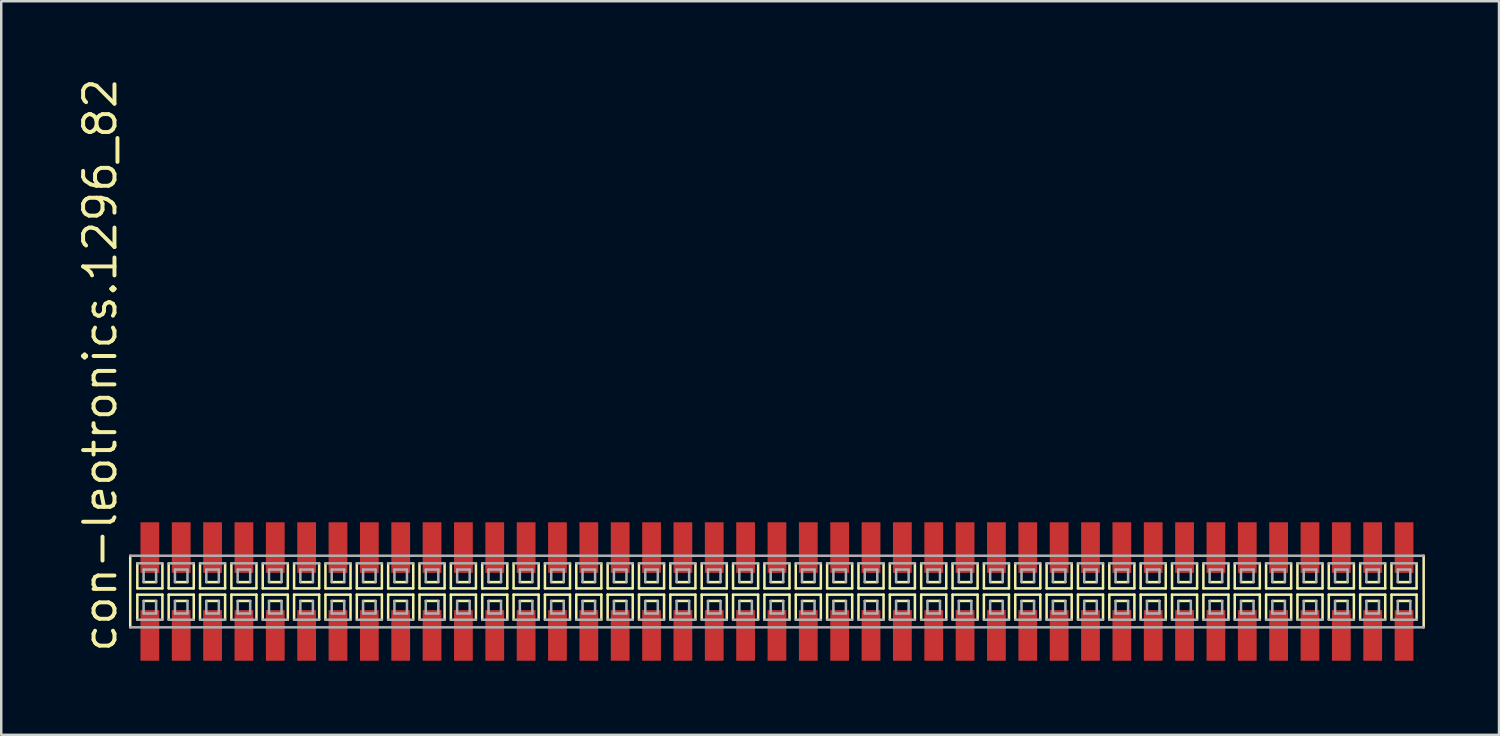
<source format=kicad_pcb>
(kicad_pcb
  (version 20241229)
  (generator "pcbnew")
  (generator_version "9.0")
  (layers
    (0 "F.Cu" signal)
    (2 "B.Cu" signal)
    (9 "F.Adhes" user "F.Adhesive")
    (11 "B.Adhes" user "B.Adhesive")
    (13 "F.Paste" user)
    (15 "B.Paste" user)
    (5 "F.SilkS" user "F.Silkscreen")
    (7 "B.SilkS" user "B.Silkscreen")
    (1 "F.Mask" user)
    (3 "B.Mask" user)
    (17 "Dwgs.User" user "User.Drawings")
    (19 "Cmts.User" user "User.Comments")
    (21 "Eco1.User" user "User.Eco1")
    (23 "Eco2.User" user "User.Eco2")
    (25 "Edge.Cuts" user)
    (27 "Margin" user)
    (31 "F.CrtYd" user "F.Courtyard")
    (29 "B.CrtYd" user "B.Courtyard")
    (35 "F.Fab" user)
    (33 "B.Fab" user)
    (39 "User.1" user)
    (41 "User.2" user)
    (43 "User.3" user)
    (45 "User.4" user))
  (footprint "con-leotronics.1296_82"
    (layer "F.Cu")
    (at 28.42 20.909)
    (property "Reference" "con-leotronics.1296_82" (at -26.67 2.54 90) (layer "F.SilkS") (effects (font (size 1.27 1.27) (thickness 0.16)) (justify left bottom)))
    (attr smd)
    (fp_line (start -26.195 -1.45) (end -26.195 1.45) (stroke (width 0.102) (type default)) (layer "F.SilkS"))
    (fp_line (start -25.908 -1.143) (end -25.908 -0.127) (stroke (width 0.102) (type default)) (layer "F.SilkS"))
    (fp_line (start -25.908 -0.127) (end -24.892 -0.127) (stroke (width 0.102) (type default)) (layer "F.SilkS"))
    (fp_line (start -25.908 0.127) (end -25.908 1.143) (stroke (width 0.102) (type default)) (layer "F.SilkS"))
    (fp_line (start -25.654 -0.381) (end -25.146 -0.381) (stroke (width 0.102) (type default)) (layer "F.SilkS"))
    (fp_line (start -25.146 0.381) (end -25.654 0.381) (stroke (width 0.102) (type default)) (layer "F.SilkS"))
    (fp_line (start -24.892 -0.127) (end -24.892 -1.143) (stroke (width 0.102) (type default)) (layer "F.SilkS"))
    (fp_line (start -24.892 0.127) (end -25.908 0.127) (stroke (width 0.102) (type default)) (layer "F.SilkS"))
    (fp_line (start -24.892 1.143) (end -24.892 0.127) (stroke (width 0.102) (type default)) (layer "F.SilkS"))
    (fp_line (start -24.638 -1.143) (end -24.638 -0.127) (stroke (width 0.102) (type default)) (layer "F.SilkS"))
    (fp_line (start -24.638 -0.127) (end -23.622 -0.127) (stroke (width 0.102) (type default)) (layer "F.SilkS"))
    (fp_line (start -24.638 0.127) (end -24.638 1.143) (stroke (width 0.102) (type default)) (layer "F.SilkS"))
    (fp_line (start -24.384 -0.381) (end -23.876 -0.381) (stroke (width 0.102) (type default)) (layer "F.SilkS"))
    (fp_line (start -23.876 0.381) (end -24.384 0.381) (stroke (width 0.102) (type default)) (layer "F.SilkS"))
    (fp_line (start -23.622 -0.127) (end -23.622 -1.143) (stroke (width 0.102) (type default)) (layer "F.SilkS"))
    (fp_line (start -23.622 0.127) (end -24.638 0.127) (stroke (width 0.102) (type default)) (layer "F.SilkS"))
    (fp_line (start -23.622 1.143) (end -23.622 0.127) (stroke (width 0.102) (type default)) (layer "F.SilkS"))
    (fp_line (start -23.368 -1.143) (end -23.368 -0.127) (stroke (width 0.102) (type default)) (layer "F.SilkS"))
    (fp_line (start -23.368 -0.127) (end -22.352 -0.127) (stroke (width 0.102) (type default)) (layer "F.SilkS"))
    (fp_line (start -23.368 0.127) (end -23.368 1.143) (stroke (width 0.102) (type default)) (layer "F.SilkS"))
    (fp_line (start -23.114 -0.381) (end -22.606 -0.381) (stroke (width 0.102) (type default)) (layer "F.SilkS"))
    (fp_line (start -22.606 0.381) (end -23.114 0.381) (stroke (width 0.102) (type default)) (layer "F.SilkS"))
    (fp_line (start -22.352 -0.127) (end -22.352 -1.143) (stroke (width 0.102) (type default)) (layer "F.SilkS"))
    (fp_line (start -22.352 0.127) (end -23.368 0.127) (stroke (width 0.102) (type default)) (layer "F.SilkS"))
    (fp_line (start -22.352 1.143) (end -22.352 0.127) (stroke (width 0.102) (type default)) (layer "F.SilkS"))
    (fp_line (start -22.098 -1.143) (end -22.098 -0.127) (stroke (width 0.102) (type default)) (layer "F.SilkS"))
    (fp_line (start -22.098 -0.127) (end -21.082 -0.127) (stroke (width 0.102) (type default)) (layer "F.SilkS"))
    (fp_line (start -22.098 0.127) (end -22.098 1.143) (stroke (width 0.102) (type default)) (layer "F.SilkS"))
    (fp_line (start -21.844 -0.381) (end -21.336 -0.381) (stroke (width 0.102) (type default)) (layer "F.SilkS"))
    (fp_line (start -21.336 0.381) (end -21.844 0.381) (stroke (width 0.102) (type default)) (layer "F.SilkS"))
    (fp_line (start -21.082 -0.127) (end -21.082 -1.143) (stroke (width 0.102) (type default)) (layer "F.SilkS"))
    (fp_line (start -21.082 0.127) (end -22.098 0.127) (stroke (width 0.102) (type default)) (layer "F.SilkS"))
    (fp_line (start -21.082 1.143) (end -21.082 0.127) (stroke (width 0.102) (type default)) (layer "F.SilkS"))
    (fp_line (start -20.828 -1.143) (end -20.828 -0.127) (stroke (width 0.102) (type default)) (layer "F.SilkS"))
    (fp_line (start -20.828 -0.127) (end -19.812 -0.127) (stroke (width 0.102) (type default)) (layer "F.SilkS"))
    (fp_line (start -20.828 0.127) (end -20.828 1.143) (stroke (width 0.102) (type default)) (layer "F.SilkS"))
    (fp_line (start -20.574 -0.381) (end -20.066 -0.381) (stroke (width 0.102) (type default)) (layer "F.SilkS"))
    (fp_line (start -20.066 0.381) (end -20.574 0.381) (stroke (width 0.102) (type default)) (layer "F.SilkS"))
    (fp_line (start -19.812 -0.127) (end -19.812 -1.143) (stroke (width 0.102) (type default)) (layer "F.SilkS"))
    (fp_line (start -19.812 0.127) (end -20.828 0.127) (stroke (width 0.102) (type default)) (layer "F.SilkS"))
    (fp_line (start -19.812 1.143) (end -19.812 0.127) (stroke (width 0.102) (type default)) (layer "F.SilkS"))
    (fp_line (start -19.558 -1.143) (end -19.558 -0.127) (stroke (width 0.102) (type default)) (layer "F.SilkS"))
    (fp_line (start -19.558 -0.127) (end -18.542 -0.127) (stroke (width 0.102) (type default)) (layer "F.SilkS"))
    (fp_line (start -19.558 0.127) (end -19.558 1.143) (stroke (width 0.102) (type default)) (layer "F.SilkS"))
    (fp_line (start -19.304 -0.381) (end -18.796 -0.381) (stroke (width 0.102) (type default)) (layer "F.SilkS"))
    (fp_line (start -18.796 0.381) (end -19.304 0.381) (stroke (width 0.102) (type default)) (layer "F.SilkS"))
    (fp_line (start -18.542 -0.127) (end -18.542 -1.143) (stroke (width 0.102) (type default)) (layer "F.SilkS"))
    (fp_line (start -18.542 0.127) (end -19.558 0.127) (stroke (width 0.102) (type default)) (layer "F.SilkS"))
    (fp_line (start -18.542 1.143) (end -18.542 0.127) (stroke (width 0.102) (type default)) (layer "F.SilkS"))
    (fp_line (start -18.288 -1.143) (end -18.288 -0.127) (stroke (width 0.102) (type default)) (layer "F.SilkS"))
    (fp_line (start -18.288 -0.127) (end -17.272 -0.127) (stroke (width 0.102) (type default)) (layer "F.SilkS"))
    (fp_line (start -18.288 0.127) (end -18.288 1.143) (stroke (width 0.102) (type default)) (layer "F.SilkS"))
    (fp_line (start -18.034 -0.381) (end -17.526 -0.381) (stroke (width 0.102) (type default)) (layer "F.SilkS"))
    (fp_line (start -17.526 0.381) (end -18.034 0.381) (stroke (width 0.102) (type default)) (layer "F.SilkS"))
    (fp_line (start -17.272 -0.127) (end -17.272 -1.143) (stroke (width 0.102) (type default)) (layer "F.SilkS"))
    (fp_line (start -17.272 0.127) (end -18.288 0.127) (stroke (width 0.102) (type default)) (layer "F.SilkS"))
    (fp_line (start -17.272 1.143) (end -17.272 0.127) (stroke (width 0.102) (type default)) (layer "F.SilkS"))
    (fp_line (start -17.018 -1.143) (end -17.018 -0.127) (stroke (width 0.102) (type default)) (layer "F.SilkS"))
    (fp_line (start -17.018 -0.127) (end -16.002 -0.127) (stroke (width 0.102) (type default)) (layer "F.SilkS"))
    (fp_line (start -17.018 0.127) (end -17.018 1.143) (stroke (width 0.102) (type default)) (layer "F.SilkS"))
    (fp_line (start -16.764 -0.381) (end -16.256 -0.381) (stroke (width 0.102) (type default)) (layer "F.SilkS"))
    (fp_line (start -16.256 0.381) (end -16.764 0.381) (stroke (width 0.102) (type default)) (layer "F.SilkS"))
    (fp_line (start -16.002 -0.127) (end -16.002 -1.143) (stroke (width 0.102) (type default)) (layer "F.SilkS"))
    (fp_line (start -16.002 0.127) (end -17.018 0.127) (stroke (width 0.102) (type default)) (layer "F.SilkS"))
    (fp_line (start -16.002 1.143) (end -16.002 0.127) (stroke (width 0.102) (type default)) (layer "F.SilkS"))
    (fp_line (start -15.748 -1.143) (end -15.748 -0.127) (stroke (width 0.102) (type default)) (layer "F.SilkS"))
    (fp_line (start -15.748 -0.127) (end -14.732 -0.127) (stroke (width 0.102) (type default)) (layer "F.SilkS"))
    (fp_line (start -15.748 0.127) (end -15.748 1.143) (stroke (width 0.102) (type default)) (layer "F.SilkS"))
    (fp_line (start -15.494 -0.381) (end -14.986 -0.381) (stroke (width 0.102) (type default)) (layer "F.SilkS"))
    (fp_line (start -14.986 0.381) (end -15.494 0.381) (stroke (width 0.102) (type default)) (layer "F.SilkS"))
    (fp_line (start -14.732 -0.127) (end -14.732 -1.143) (stroke (width 0.102) (type default)) (layer "F.SilkS"))
    (fp_line (start -14.732 0.127) (end -15.748 0.127) (stroke (width 0.102) (type default)) (layer "F.SilkS"))
    (fp_line (start -14.732 1.143) (end -14.732 0.127) (stroke (width 0.102) (type default)) (layer "F.SilkS"))
    (fp_line (start -14.478 -1.143) (end -14.478 -0.127) (stroke (width 0.102) (type default)) (layer "F.SilkS"))
    (fp_line (start -14.478 -0.127) (end -13.462 -0.127) (stroke (width 0.102) (type default)) (layer "F.SilkS"))
    (fp_line (start -14.478 0.127) (end -14.478 1.143) (stroke (width 0.102) (type default)) (layer "F.SilkS"))
    (fp_line (start -14.224 -0.381) (end -13.716 -0.381) (stroke (width 0.102) (type default)) (layer "F.SilkS"))
    (fp_line (start -13.716 0.381) (end -14.224 0.381) (stroke (width 0.102) (type default)) (layer "F.SilkS"))
    (fp_line (start -13.462 -0.127) (end -13.462 -1.143) (stroke (width 0.102) (type default)) (layer "F.SilkS"))
    (fp_line (start -13.462 0.127) (end -14.478 0.127) (stroke (width 0.102) (type default)) (layer "F.SilkS"))
    (fp_line (start -13.462 1.143) (end -13.462 0.127) (stroke (width 0.102) (type default)) (layer "F.SilkS"))
    (fp_line (start -13.208 -1.143) (end -13.208 -0.127) (stroke (width 0.102) (type default)) (layer "F.SilkS"))
    (fp_line (start -13.208 -0.127) (end -12.192 -0.127) (stroke (width 0.102) (type default)) (layer "F.SilkS"))
    (fp_line (start -13.208 0.127) (end -13.208 1.143) (stroke (width 0.102) (type default)) (layer "F.SilkS"))
    (fp_line (start -12.954 -0.381) (end -12.446 -0.381) (stroke (width 0.102) (type default)) (layer "F.SilkS"))
    (fp_line (start -12.446 0.381) (end -12.954 0.381) (stroke (width 0.102) (type default)) (layer "F.SilkS"))
    (fp_line (start -12.192 -0.127) (end -12.192 -1.143) (stroke (width 0.102) (type default)) (layer "F.SilkS"))
    (fp_line (start -12.192 0.127) (end -13.208 0.127) (stroke (width 0.102) (type default)) (layer "F.SilkS"))
    (fp_line (start -12.192 1.143) (end -12.192 0.127) (stroke (width 0.102) (type default)) (layer "F.SilkS"))
    (fp_line (start -11.938 -1.143) (end -11.938 -0.127) (stroke (width 0.102) (type default)) (layer "F.SilkS"))
    (fp_line (start -11.938 -0.127) (end -10.922 -0.127) (stroke (width 0.102) (type default)) (layer "F.SilkS"))
    (fp_line (start -11.938 0.127) (end -11.938 1.143) (stroke (width 0.102) (type default)) (layer "F.SilkS"))
    (fp_line (start -11.684 -0.381) (end -11.176 -0.381) (stroke (width 0.102) (type default)) (layer "F.SilkS"))
    (fp_line (start -11.176 0.381) (end -11.684 0.381) (stroke (width 0.102) (type default)) (layer "F.SilkS"))
    (fp_line (start -10.922 -0.127) (end -10.922 -1.143) (stroke (width 0.102) (type default)) (layer "F.SilkS"))
    (fp_line (start -10.922 0.127) (end -11.938 0.127) (stroke (width 0.102) (type default)) (layer "F.SilkS"))
    (fp_line (start -10.922 1.143) (end -10.922 0.127) (stroke (width 0.102) (type default)) (layer "F.SilkS"))
    (fp_line (start -10.668 -1.143) (end -10.668 -0.127) (stroke (width 0.102) (type default)) (layer "F.SilkS"))
    (fp_line (start -10.668 -0.127) (end -9.652 -0.127) (stroke (width 0.102) (type default)) (layer "F.SilkS"))
    (fp_line (start -10.668 0.127) (end -10.668 1.143) (stroke (width 0.102) (type default)) (layer "F.SilkS"))
    (fp_line (start -10.414 -0.381) (end -9.906 -0.381) (stroke (width 0.102) (type default)) (layer "F.SilkS"))
    (fp_line (start -9.906 0.381) (end -10.414 0.381) (stroke (width 0.102) (type default)) (layer "F.SilkS"))
    (fp_line (start -9.652 -0.127) (end -9.652 -1.143) (stroke (width 0.102) (type default)) (layer "F.SilkS"))
    (fp_line (start -9.652 0.127) (end -10.668 0.127) (stroke (width 0.102) (type default)) (layer "F.SilkS"))
    (fp_line (start -9.652 1.143) (end -9.652 0.127) (stroke (width 0.102) (type default)) (layer "F.SilkS"))
    (fp_line (start -9.398 -1.143) (end -9.398 -0.127) (stroke (width 0.102) (type default)) (layer "F.SilkS"))
    (fp_line (start -9.398 -0.127) (end -8.382 -0.127) (stroke (width 0.102) (type default)) (layer "F.SilkS"))
    (fp_line (start -9.398 0.127) (end -9.398 1.143) (stroke (width 0.102) (type default)) (layer "F.SilkS"))
    (fp_line (start -9.144 -0.381) (end -8.636 -0.381) (stroke (width 0.102) (type default)) (layer "F.SilkS"))
    (fp_line (start -8.636 0.381) (end -9.144 0.381) (stroke (width 0.102) (type default)) (layer "F.SilkS"))
    (fp_line (start -8.382 -0.127) (end -8.382 -1.143) (stroke (width 0.102) (type default)) (layer "F.SilkS"))
    (fp_line (start -8.382 0.127) (end -9.398 0.127) (stroke (width 0.102) (type default)) (layer "F.SilkS"))
    (fp_line (start -8.382 1.143) (end -8.382 0.127) (stroke (width 0.102) (type default)) (layer "F.SilkS"))
    (fp_line (start -8.128 -1.143) (end -8.128 -0.127) (stroke (width 0.102) (type default)) (layer "F.SilkS"))
    (fp_line (start -8.128 -0.127) (end -7.112 -0.127) (stroke (width 0.102) (type default)) (layer "F.SilkS"))
    (fp_line (start -8.128 0.127) (end -8.128 1.143) (stroke (width 0.102) (type default)) (layer "F.SilkS"))
    (fp_line (start -7.874 -0.381) (end -7.366 -0.381) (stroke (width 0.102) (type default)) (layer "F.SilkS"))
    (fp_line (start -7.366 0.381) (end -7.874 0.381) (stroke (width 0.102) (type default)) (layer "F.SilkS"))
    (fp_line (start -7.112 -0.127) (end -7.112 -1.143) (stroke (width 0.102) (type default)) (layer "F.SilkS"))
    (fp_line (start -7.112 0.127) (end -8.128 0.127) (stroke (width 0.102) (type default)) (layer "F.SilkS"))
    (fp_line (start -7.112 1.143) (end -7.112 0.127) (stroke (width 0.102) (type default)) (layer "F.SilkS"))
    (fp_line (start -6.858 -1.143) (end -6.858 -0.127) (stroke (width 0.102) (type default)) (layer "F.SilkS"))
    (fp_line (start -6.858 -0.127) (end -5.842 -0.127) (stroke (width 0.102) (type default)) (layer "F.SilkS"))
    (fp_line (start -6.858 0.127) (end -6.858 1.143) (stroke (width 0.102) (type default)) (layer "F.SilkS"))
    (fp_line (start -6.604 -0.381) (end -6.096 -0.381) (stroke (width 0.102) (type default)) (layer "F.SilkS"))
    (fp_line (start -6.096 0.381) (end -6.604 0.381) (stroke (width 0.102) (type default)) (layer "F.SilkS"))
    (fp_line (start -5.842 -0.127) (end -5.842 -1.143) (stroke (width 0.102) (type default)) (layer "F.SilkS"))
    (fp_line (start -5.842 0.127) (end -6.858 0.127) (stroke (width 0.102) (type default)) (layer "F.SilkS"))
    (fp_line (start -5.842 1.143) (end -5.842 0.127) (stroke (width 0.102) (type default)) (layer "F.SilkS"))
    (fp_line (start -5.588 -1.143) (end -5.588 -0.127) (stroke (width 0.102) (type default)) (layer "F.SilkS"))
    (fp_line (start -5.588 -0.127) (end -4.572 -0.127) (stroke (width 0.102) (type default)) (layer "F.SilkS"))
    (fp_line (start -5.588 0.127) (end -5.588 1.143) (stroke (width 0.102) (type default)) (layer "F.SilkS"))
    (fp_line (start -5.334 -0.381) (end -4.826 -0.381) (stroke (width 0.102) (type default)) (layer "F.SilkS"))
    (fp_line (start -4.826 0.381) (end -5.334 0.381) (stroke (width 0.102) (type default)) (layer "F.SilkS"))
    (fp_line (start -4.572 -0.127) (end -4.572 -1.143) (stroke (width 0.102) (type default)) (layer "F.SilkS"))
    (fp_line (start -4.572 0.127) (end -5.588 0.127) (stroke (width 0.102) (type default)) (layer "F.SilkS"))
    (fp_line (start -4.572 1.143) (end -4.572 0.127) (stroke (width 0.102) (type default)) (layer "F.SilkS"))
    (fp_line (start -4.318 -1.143) (end -4.318 -0.127) (stroke (width 0.102) (type default)) (layer "F.SilkS"))
    (fp_line (start -4.318 -0.127) (end -3.302 -0.127) (stroke (width 0.102) (type default)) (layer "F.SilkS"))
    (fp_line (start -4.318 0.127) (end -4.318 1.143) (stroke (width 0.102) (type default)) (layer "F.SilkS"))
    (fp_line (start -4.064 -0.381) (end -3.556 -0.381) (stroke (width 0.102) (type default)) (layer "F.SilkS"))
    (fp_line (start -3.556 0.381) (end -4.064 0.381) (stroke (width 0.102) (type default)) (layer "F.SilkS"))
    (fp_line (start -3.302 -0.127) (end -3.302 -1.143) (stroke (width 0.102) (type default)) (layer "F.SilkS"))
    (fp_line (start -3.302 0.127) (end -4.318 0.127) (stroke (width 0.102) (type default)) (layer "F.SilkS"))
    (fp_line (start -3.302 1.143) (end -3.302 0.127) (stroke (width 0.102) (type default)) (layer "F.SilkS"))
    (fp_line (start -3.048 -1.143) (end -3.048 -0.127) (stroke (width 0.102) (type default)) (layer "F.SilkS"))
    (fp_line (start -3.048 -0.127) (end -2.032 -0.127) (stroke (width 0.102) (type default)) (layer "F.SilkS"))
    (fp_line (start -3.048 0.127) (end -3.048 1.143) (stroke (width 0.102) (type default)) (layer "F.SilkS"))
    (fp_line (start -2.794 -0.381) (end -2.286 -0.381) (stroke (width 0.102) (type default)) (layer "F.SilkS"))
    (fp_line (start -2.286 0.381) (end -2.794 0.381) (stroke (width 0.102) (type default)) (layer "F.SilkS"))
    (fp_line (start -2.032 -0.127) (end -2.032 -1.143) (stroke (width 0.102) (type default)) (layer "F.SilkS"))
    (fp_line (start -2.032 0.127) (end -3.048 0.127) (stroke (width 0.102) (type default)) (layer "F.SilkS"))
    (fp_line (start -2.032 1.143) (end -2.032 0.127) (stroke (width 0.102) (type default)) (layer "F.SilkS"))
    (fp_line (start -1.778 -1.143) (end -1.778 -0.127) (stroke (width 0.102) (type default)) (layer "F.SilkS"))
    (fp_line (start -1.778 -0.127) (end -0.762 -0.127) (stroke (width 0.102) (type default)) (layer "F.SilkS"))
    (fp_line (start -1.778 0.127) (end -1.778 1.143) (stroke (width 0.102) (type default)) (layer "F.SilkS"))
    (fp_line (start -1.524 -0.381) (end -1.016 -0.381) (stroke (width 0.102) (type default)) (layer "F.SilkS"))
    (fp_line (start -1.016 0.381) (end -1.524 0.381) (stroke (width 0.102) (type default)) (layer "F.SilkS"))
    (fp_line (start -0.762 -0.127) (end -0.762 -1.143) (stroke (width 0.102) (type default)) (layer "F.SilkS"))
    (fp_line (start -0.762 0.127) (end -1.778 0.127) (stroke (width 0.102) (type default)) (layer "F.SilkS"))
    (fp_line (start -0.762 1.143) (end -0.762 0.127) (stroke (width 0.102) (type default)) (layer "F.SilkS"))
    (fp_line (start -0.508 -1.143) (end -0.508 -0.127) (stroke (width 0.102) (type default)) (layer "F.SilkS"))
    (fp_line (start -0.508 -0.127) (end 0.508 -0.127) (stroke (width 0.102) (type default)) (layer "F.SilkS"))
    (fp_line (start -0.508 0.127) (end -0.508 1.143) (stroke (width 0.102) (type default)) (layer "F.SilkS"))
    (fp_line (start -0.254 -0.381) (end 0.254 -0.381) (stroke (width 0.102) (type default)) (layer "F.SilkS"))
    (fp_line (start 0.254 0.381) (end -0.254 0.381) (stroke (width 0.102) (type default)) (layer "F.SilkS"))
    (fp_line (start 0.508 -0.127) (end 0.508 -1.143) (stroke (width 0.102) (type default)) (layer "F.SilkS"))
    (fp_line (start 0.508 0.127) (end -0.508 0.127) (stroke (width 0.102) (type default)) (layer "F.SilkS"))
    (fp_line (start 0.508 1.143) (end 0.508 0.127) (stroke (width 0.102) (type default)) (layer "F.SilkS"))
    (fp_line (start 0.762 -1.143) (end 0.762 -0.127) (stroke (width 0.102) (type default)) (layer "F.SilkS"))
    (fp_line (start 0.762 -0.127) (end 1.778 -0.127) (stroke (width 0.102) (type default)) (layer "F.SilkS"))
    (fp_line (start 0.762 0.127) (end 0.762 1.143) (stroke (width 0.102) (type default)) (layer "F.SilkS"))
    (fp_line (start 1.016 -0.381) (end 1.524 -0.381) (stroke (width 0.102) (type default)) (layer "F.SilkS"))
    (fp_line (start 1.524 0.381) (end 1.016 0.381) (stroke (width 0.102) (type default)) (layer "F.SilkS"))
    (fp_line (start 1.778 -0.127) (end 1.778 -1.143) (stroke (width 0.102) (type default)) (layer "F.SilkS"))
    (fp_line (start 1.778 0.127) (end 0.762 0.127) (stroke (width 0.102) (type default)) (layer "F.SilkS"))
    (fp_line (start 1.778 1.143) (end 1.778 0.127) (stroke (width 0.102) (type default)) (layer "F.SilkS"))
    (fp_line (start 2.032 -1.143) (end 2.032 -0.127) (stroke (width 0.102) (type default)) (layer "F.SilkS"))
    (fp_line (start 2.032 -0.127) (end 3.048 -0.127) (stroke (width 0.102) (type default)) (layer "F.SilkS"))
    (fp_line (start 2.032 0.127) (end 2.032 1.143) (stroke (width 0.102) (type default)) (layer "F.SilkS"))
    (fp_line (start 2.286 -0.381) (end 2.794 -0.381) (stroke (width 0.102) (type default)) (layer "F.SilkS"))
    (fp_line (start 2.794 0.381) (end 2.286 0.381) (stroke (width 0.102) (type default)) (layer "F.SilkS"))
    (fp_line (start 3.048 -0.127) (end 3.048 -1.143) (stroke (width 0.102) (type default)) (layer "F.SilkS"))
    (fp_line (start 3.048 0.127) (end 2.032 0.127) (stroke (width 0.102) (type default)) (layer "F.SilkS"))
    (fp_line (start 3.048 1.143) (end 3.048 0.127) (stroke (width 0.102) (type default)) (layer "F.SilkS"))
    (fp_line (start 3.302 -1.143) (end 3.302 -0.127) (stroke (width 0.102) (type default)) (layer "F.SilkS"))
    (fp_line (start 3.302 -0.127) (end 4.318 -0.127) (stroke (width 0.102) (type default)) (layer "F.SilkS"))
    (fp_line (start 3.302 0.127) (end 3.302 1.143) (stroke (width 0.102) (type default)) (layer "F.SilkS"))
    (fp_line (start 3.556 -0.381) (end 4.064 -0.381) (stroke (width 0.102) (type default)) (layer "F.SilkS"))
    (fp_line (start 4.064 0.381) (end 3.556 0.381) (stroke (width 0.102) (type default)) (layer "F.SilkS"))
    (fp_line (start 4.318 -0.127) (end 4.318 -1.143) (stroke (width 0.102) (type default)) (layer "F.SilkS"))
    (fp_line (start 4.318 0.127) (end 3.302 0.127) (stroke (width 0.102) (type default)) (layer "F.SilkS"))
    (fp_line (start 4.318 1.143) (end 4.318 0.127) (stroke (width 0.102) (type default)) (layer "F.SilkS"))
    (fp_line (start 4.572 -1.143) (end 4.572 -0.127) (stroke (width 0.102) (type default)) (layer "F.SilkS"))
    (fp_line (start 4.572 -0.127) (end 5.588 -0.127) (stroke (width 0.102) (type default)) (layer "F.SilkS"))
    (fp_line (start 4.572 0.127) (end 4.572 1.143) (stroke (width 0.102) (type default)) (layer "F.SilkS"))
    (fp_line (start 4.826 -0.381) (end 5.334 -0.381) (stroke (width 0.102) (type default)) (layer "F.SilkS"))
    (fp_line (start 5.334 0.381) (end 4.826 0.381) (stroke (width 0.102) (type default)) (layer "F.SilkS"))
    (fp_line (start 5.588 -0.127) (end 5.588 -1.143) (stroke (width 0.102) (type default)) (layer "F.SilkS"))
    (fp_line (start 5.588 0.127) (end 4.572 0.127) (stroke (width 0.102) (type default)) (layer "F.SilkS"))
    (fp_line (start 5.588 1.143) (end 5.588 0.127) (stroke (width 0.102) (type default)) (layer "F.SilkS"))
    (fp_line (start 5.842 -1.143) (end 5.842 -0.127) (stroke (width 0.102) (type default)) (layer "F.SilkS"))
    (fp_line (start 5.842 -0.127) (end 6.858 -0.127) (stroke (width 0.102) (type default)) (layer "F.SilkS"))
    (fp_line (start 5.842 0.127) (end 5.842 1.143) (stroke (width 0.102) (type default)) (layer "F.SilkS"))
    (fp_line (start 6.096 -0.381) (end 6.604 -0.381) (stroke (width 0.102) (type default)) (layer "F.SilkS"))
    (fp_line (start 6.604 0.381) (end 6.096 0.381) (stroke (width 0.102) (type default)) (layer "F.SilkS"))
    (fp_line (start 6.858 -0.127) (end 6.858 -1.143) (stroke (width 0.102) (type default)) (layer "F.SilkS"))
    (fp_line (start 6.858 0.127) (end 5.842 0.127) (stroke (width 0.102) (type default)) (layer "F.SilkS"))
    (fp_line (start 6.858 1.143) (end 6.858 0.127) (stroke (width 0.102) (type default)) (layer "F.SilkS"))
    (fp_line (start 7.112 -1.143) (end 7.112 -0.127) (stroke (width 0.102) (type default)) (layer "F.SilkS"))
    (fp_line (start 7.112 -0.127) (end 8.128 -0.127) (stroke (width 0.102) (type default)) (layer "F.SilkS"))
    (fp_line (start 7.112 0.127) (end 7.112 1.143) (stroke (width 0.102) (type default)) (layer "F.SilkS"))
    (fp_line (start 7.366 -0.381) (end 7.874 -0.381) (stroke (width 0.102) (type default)) (layer "F.SilkS"))
    (fp_line (start 7.874 0.381) (end 7.366 0.381) (stroke (width 0.102) (type default)) (layer "F.SilkS"))
    (fp_line (start 8.128 -0.127) (end 8.128 -1.143) (stroke (width 0.102) (type default)) (layer "F.SilkS"))
    (fp_line (start 8.128 0.127) (end 7.112 0.127) (stroke (width 0.102) (type default)) (layer "F.SilkS"))
    (fp_line (start 8.128 1.143) (end 8.128 0.127) (stroke (width 0.102) (type default)) (layer "F.SilkS"))
    (fp_line (start 8.382 -1.143) (end 8.382 -0.127) (stroke (width 0.102) (type default)) (layer "F.SilkS"))
    (fp_line (start 8.382 -0.127) (end 9.398 -0.127) (stroke (width 0.102) (type default)) (layer "F.SilkS"))
    (fp_line (start 8.382 0.127) (end 8.382 1.143) (stroke (width 0.102) (type default)) (layer "F.SilkS"))
    (fp_line (start 8.636 -0.381) (end 9.144 -0.381) (stroke (width 0.102) (type default)) (layer "F.SilkS"))
    (fp_line (start 9.144 0.381) (end 8.636 0.381) (stroke (width 0.102) (type default)) (layer "F.SilkS"))
    (fp_line (start 9.398 -0.127) (end 9.398 -1.143) (stroke (width 0.102) (type default)) (layer "F.SilkS"))
    (fp_line (start 9.398 0.127) (end 8.382 0.127) (stroke (width 0.102) (type default)) (layer "F.SilkS"))
    (fp_line (start 9.398 1.143) (end 9.398 0.127) (stroke (width 0.102) (type default)) (layer "F.SilkS"))
    (fp_line (start 9.652 -1.143) (end 9.652 -0.127) (stroke (width 0.102) (type default)) (layer "F.SilkS"))
    (fp_line (start 9.652 -0.127) (end 10.668 -0.127) (stroke (width 0.102) (type default)) (layer "F.SilkS"))
    (fp_line (start 9.652 0.127) (end 9.652 1.143) (stroke (width 0.102) (type default)) (layer "F.SilkS"))
    (fp_line (start 9.906 -0.381) (end 10.414 -0.381) (stroke (width 0.102) (type default)) (layer "F.SilkS"))
    (fp_line (start 10.414 0.381) (end 9.906 0.381) (stroke (width 0.102) (type default)) (layer "F.SilkS"))
    (fp_line (start 10.668 -0.127) (end 10.668 -1.143) (stroke (width 0.102) (type default)) (layer "F.SilkS"))
    (fp_line (start 10.668 0.127) (end 9.652 0.127) (stroke (width 0.102) (type default)) (layer "F.SilkS"))
    (fp_line (start 10.668 1.143) (end 10.668 0.127) (stroke (width 0.102) (type default)) (layer "F.SilkS"))
    (fp_line (start 10.922 -1.143) (end 10.922 -0.127) (stroke (width 0.102) (type default)) (layer "F.SilkS"))
    (fp_line (start 10.922 -0.127) (end 11.938 -0.127) (stroke (width 0.102) (type default)) (layer "F.SilkS"))
    (fp_line (start 10.922 0.127) (end 10.922 1.143) (stroke (width 0.102) (type default)) (layer "F.SilkS"))
    (fp_line (start 11.176 -0.381) (end 11.684 -0.381) (stroke (width 0.102) (type default)) (layer "F.SilkS"))
    (fp_line (start 11.684 0.381) (end 11.176 0.381) (stroke (width 0.102) (type default)) (layer "F.SilkS"))
    (fp_line (start 11.938 -0.127) (end 11.938 -1.143) (stroke (width 0.102) (type default)) (layer "F.SilkS"))
    (fp_line (start 11.938 0.127) (end 10.922 0.127) (stroke (width 0.102) (type default)) (layer "F.SilkS"))
    (fp_line (start 11.938 1.143) (end 11.938 0.127) (stroke (width 0.102) (type default)) (layer "F.SilkS"))
    (fp_line (start 12.192 -1.143) (end 12.192 -0.127) (stroke (width 0.102) (type default)) (layer "F.SilkS"))
    (fp_line (start 12.192 -0.127) (end 13.208 -0.127) (stroke (width 0.102) (type default)) (layer "F.SilkS"))
    (fp_line (start 12.192 0.127) (end 12.192 1.143) (stroke (width 0.102) (type default)) (layer "F.SilkS"))
    (fp_line (start 12.446 -0.381) (end 12.954 -0.381) (stroke (width 0.102) (type default)) (layer "F.SilkS"))
    (fp_line (start 12.954 0.381) (end 12.446 0.381) (stroke (width 0.102) (type default)) (layer "F.SilkS"))
    (fp_line (start 13.208 -0.127) (end 13.208 -1.143) (stroke (width 0.102) (type default)) (layer "F.SilkS"))
    (fp_line (start 13.208 0.127) (end 12.192 0.127) (stroke (width 0.102) (type default)) (layer "F.SilkS"))
    (fp_line (start 13.208 1.143) (end 13.208 0.127) (stroke (width 0.102) (type default)) (layer "F.SilkS"))
    (fp_line (start 13.462 -1.143) (end 13.462 -0.127) (stroke (width 0.102) (type default)) (layer "F.SilkS"))
    (fp_line (start 13.462 -0.127) (end 14.478 -0.127) (stroke (width 0.102) (type default)) (layer "F.SilkS"))
    (fp_line (start 13.462 0.127) (end 13.462 1.143) (stroke (width 0.102) (type default)) (layer "F.SilkS"))
    (fp_line (start 13.716 -0.381) (end 14.224 -0.381) (stroke (width 0.102) (type default)) (layer "F.SilkS"))
    (fp_line (start 14.224 0.381) (end 13.716 0.381) (stroke (width 0.102) (type default)) (layer "F.SilkS"))
    (fp_line (start 14.478 -0.127) (end 14.478 -1.143) (stroke (width 0.102) (type default)) (layer "F.SilkS"))
    (fp_line (start 14.478 0.127) (end 13.462 0.127) (stroke (width 0.102) (type default)) (layer "F.SilkS"))
    (fp_line (start 14.478 1.143) (end 14.478 0.127) (stroke (width 0.102) (type default)) (layer "F.SilkS"))
    (fp_line (start 14.732 -1.143) (end 14.732 -0.127) (stroke (width 0.102) (type default)) (layer "F.SilkS"))
    (fp_line (start 14.732 -0.127) (end 15.748 -0.127) (stroke (width 0.102) (type default)) (layer "F.SilkS"))
    (fp_line (start 14.732 0.127) (end 14.732 1.143) (stroke (width 0.102) (type default)) (layer "F.SilkS"))
    (fp_line (start 14.986 -0.381) (end 15.494 -0.381) (stroke (width 0.102) (type default)) (layer "F.SilkS"))
    (fp_line (start 15.494 0.381) (end 14.986 0.381) (stroke (width 0.102) (type default)) (layer "F.SilkS"))
    (fp_line (start 15.748 -0.127) (end 15.748 -1.143) (stroke (width 0.102) (type default)) (layer "F.SilkS"))
    (fp_line (start 15.748 0.127) (end 14.732 0.127) (stroke (width 0.102) (type default)) (layer "F.SilkS"))
    (fp_line (start 15.748 1.143) (end 15.748 0.127) (stroke (width 0.102) (type default)) (layer "F.SilkS"))
    (fp_line (start 16.002 -1.143) (end 16.002 -0.127) (stroke (width 0.102) (type default)) (layer "F.SilkS"))
    (fp_line (start 16.002 -0.127) (end 17.018 -0.127) (stroke (width 0.102) (type default)) (layer "F.SilkS"))
    (fp_line (start 16.002 0.127) (end 16.002 1.143) (stroke (width 0.102) (type default)) (layer "F.SilkS"))
    (fp_line (start 16.256 -0.381) (end 16.764 -0.381) (stroke (width 0.102) (type default)) (layer "F.SilkS"))
    (fp_line (start 16.764 0.381) (end 16.256 0.381) (stroke (width 0.102) (type default)) (layer "F.SilkS"))
    (fp_line (start 17.018 -0.127) (end 17.018 -1.143) (stroke (width 0.102) (type default)) (layer "F.SilkS"))
    (fp_line (start 17.018 0.127) (end 16.002 0.127) (stroke (width 0.102) (type default)) (layer "F.SilkS"))
    (fp_line (start 17.018 1.143) (end 17.018 0.127) (stroke (width 0.102) (type default)) (layer "F.SilkS"))
    (fp_line (start 17.272 -1.143) (end 17.272 -0.127) (stroke (width 0.102) (type default)) (layer "F.SilkS"))
    (fp_line (start 17.272 -0.127) (end 18.288 -0.127) (stroke (width 0.102) (type default)) (layer "F.SilkS"))
    (fp_line (start 17.272 0.127) (end 17.272 1.143) (stroke (width 0.102) (type default)) (layer "F.SilkS"))
    (fp_line (start 17.526 -0.381) (end 18.034 -0.381) (stroke (width 0.102) (type default)) (layer "F.SilkS"))
    (fp_line (start 18.034 0.381) (end 17.526 0.381) (stroke (width 0.102) (type default)) (layer "F.SilkS"))
    (fp_line (start 18.288 -0.127) (end 18.288 -1.143) (stroke (width 0.102) (type default)) (layer "F.SilkS"))
    (fp_line (start 18.288 0.127) (end 17.272 0.127) (stroke (width 0.102) (type default)) (layer "F.SilkS"))
    (fp_line (start 18.288 1.143) (end 18.288 0.127) (stroke (width 0.102) (type default)) (layer "F.SilkS"))
    (fp_line (start 18.542 -1.143) (end 18.542 -0.127) (stroke (width 0.102) (type default)) (layer "F.SilkS"))
    (fp_line (start 18.542 -0.127) (end 19.558 -0.127) (stroke (width 0.102) (type default)) (layer "F.SilkS"))
    (fp_line (start 18.542 0.127) (end 18.542 1.143) (stroke (width 0.102) (type default)) (layer "F.SilkS"))
    (fp_line (start 18.796 -0.381) (end 19.304 -0.381) (stroke (width 0.102) (type default)) (layer "F.SilkS"))
    (fp_line (start 19.304 0.381) (end 18.796 0.381) (stroke (width 0.102) (type default)) (layer "F.SilkS"))
    (fp_line (start 19.558 -0.127) (end 19.558 -1.143) (stroke (width 0.102) (type default)) (layer "F.SilkS"))
    (fp_line (start 19.558 0.127) (end 18.542 0.127) (stroke (width 0.102) (type default)) (layer "F.SilkS"))
    (fp_line (start 19.558 1.143) (end 19.558 0.127) (stroke (width 0.102) (type default)) (layer "F.SilkS"))
    (fp_line (start 19.812 -1.143) (end 19.812 -0.127) (stroke (width 0.102) (type default)) (layer "F.SilkS"))
    (fp_line (start 19.812 -0.127) (end 20.828 -0.127) (stroke (width 0.102) (type default)) (layer "F.SilkS"))
    (fp_line (start 19.812 0.127) (end 19.812 1.143) (stroke (width 0.102) (type default)) (layer "F.SilkS"))
    (fp_line (start 20.066 -0.381) (end 20.574 -0.381) (stroke (width 0.102) (type default)) (layer "F.SilkS"))
    (fp_line (start 20.574 0.381) (end 20.066 0.381) (stroke (width 0.102) (type default)) (layer "F.SilkS"))
    (fp_line (start 20.828 -0.127) (end 20.828 -1.143) (stroke (width 0.102) (type default)) (layer "F.SilkS"))
    (fp_line (start 20.828 0.127) (end 19.812 0.127) (stroke (width 0.102) (type default)) (layer "F.SilkS"))
    (fp_line (start 20.828 1.143) (end 20.828 0.127) (stroke (width 0.102) (type default)) (layer "F.SilkS"))
    (fp_line (start 21.082 -1.143) (end 21.082 -0.127) (stroke (width 0.102) (type default)) (layer "F.SilkS"))
    (fp_line (start 21.082 -0.127) (end 22.098 -0.127) (stroke (width 0.102) (type default)) (layer "F.SilkS"))
    (fp_line (start 21.082 0.127) (end 21.082 1.143) (stroke (width 0.102) (type default)) (layer "F.SilkS"))
    (fp_line (start 21.336 -0.381) (end 21.844 -0.381) (stroke (width 0.102) (type default)) (layer "F.SilkS"))
    (fp_line (start 21.844 0.381) (end 21.336 0.381) (stroke (width 0.102) (type default)) (layer "F.SilkS"))
    (fp_line (start 22.098 -0.127) (end 22.098 -1.143) (stroke (width 0.102) (type default)) (layer "F.SilkS"))
    (fp_line (start 22.098 0.127) (end 21.082 0.127) (stroke (width 0.102) (type default)) (layer "F.SilkS"))
    (fp_line (start 22.098 1.143) (end 22.098 0.127) (stroke (width 0.102) (type default)) (layer "F.SilkS"))
    (fp_line (start 22.352 -1.143) (end 22.352 -0.127) (stroke (width 0.102) (type default)) (layer "F.SilkS"))
    (fp_line (start 22.352 -0.127) (end 23.368 -0.127) (stroke (width 0.102) (type default)) (layer "F.SilkS"))
    (fp_line (start 22.352 0.127) (end 22.352 1.143) (stroke (width 0.102) (type default)) (layer "F.SilkS"))
    (fp_line (start 22.606 -0.381) (end 23.114 -0.381) (stroke (width 0.102) (type default)) (layer "F.SilkS"))
    (fp_line (start 23.114 0.381) (end 22.606 0.381) (stroke (width 0.102) (type default)) (layer "F.SilkS"))
    (fp_line (start 23.368 -0.127) (end 23.368 -1.143) (stroke (width 0.102) (type default)) (layer "F.SilkS"))
    (fp_line (start 23.368 0.127) (end 22.352 0.127) (stroke (width 0.102) (type default)) (layer "F.SilkS"))
    (fp_line (start 23.368 1.143) (end 23.368 0.127) (stroke (width 0.102) (type default)) (layer "F.SilkS"))
    (fp_line (start 23.622 -1.143) (end 23.622 -0.127) (stroke (width 0.102) (type default)) (layer "F.SilkS"))
    (fp_line (start 23.622 -0.127) (end 24.638 -0.127) (stroke (width 0.102) (type default)) (layer "F.SilkS"))
    (fp_line (start 23.622 0.127) (end 23.622 1.143) (stroke (width 0.102) (type default)) (layer "F.SilkS"))
    (fp_line (start 23.876 -0.381) (end 24.384 -0.381) (stroke (width 0.102) (type default)) (layer "F.SilkS"))
    (fp_line (start 24.384 0.381) (end 23.876 0.381) (stroke (width 0.102) (type default)) (layer "F.SilkS"))
    (fp_line (start 24.638 -0.127) (end 24.638 -1.143) (stroke (width 0.102) (type default)) (layer "F.SilkS"))
    (fp_line (start 24.638 0.127) (end 23.622 0.127) (stroke (width 0.102) (type default)) (layer "F.SilkS"))
    (fp_line (start 24.638 1.143) (end 24.638 0.127) (stroke (width 0.102) (type default)) (layer "F.SilkS"))
    (fp_line (start 24.892 -1.143) (end 24.892 -0.127) (stroke (width 0.102) (type default)) (layer "F.SilkS"))
    (fp_line (start 24.892 -0.127) (end 25.908 -0.127) (stroke (width 0.102) (type default)) (layer "F.SilkS"))
    (fp_line (start 24.892 0.127) (end 24.892 1.143) (stroke (width 0.102) (type default)) (layer "F.SilkS"))
    (fp_line (start 25.146 -0.381) (end 25.654 -0.381) (stroke (width 0.102) (type default)) (layer "F.SilkS"))
    (fp_line (start 25.654 0.381) (end 25.146 0.381) (stroke (width 0.102) (type default)) (layer "F.SilkS"))
    (fp_line (start 25.908 -0.127) (end 25.908 -1.143) (stroke (width 0.102) (type default)) (layer "F.SilkS"))
    (fp_line (start 25.908 0.127) (end 24.892 0.127) (stroke (width 0.102) (type default)) (layer "F.SilkS"))
    (fp_line (start 25.908 1.143) (end 25.908 0.127) (stroke (width 0.102) (type default)) (layer "F.SilkS"))
    (fp_line (start 26.195 1.45) (end 26.195 -1.45) (stroke (width 0.102) (type default)) (layer "F.SilkS"))
    (fp_line (start -26.195 1.45) (end 26.195 1.45) (stroke (width 0.102) (type default)) (layer "F.Fab"))
    (fp_line (start -25.908 1.143) (end -24.892 1.143) (stroke (width 0.102) (type default)) (layer "F.Fab"))
    (fp_line (start -25.654 -0.889) (end -25.654 -0.381) (stroke (width 0.102) (type default)) (layer "F.Fab"))
    (fp_line (start -25.654 0.381) (end -25.654 0.889) (stroke (width 0.102) (type default)) (layer "F.Fab"))
    (fp_line (start -25.654 0.889) (end -25.146 0.889) (stroke (width 0.102) (type default)) (layer "F.Fab"))
    (fp_line (start -25.146 -0.889) (end -25.654 -0.889) (stroke (width 0.102) (type default)) (layer "F.Fab"))
    (fp_line (start -25.146 -0.381) (end -25.146 -0.889) (stroke (width 0.102) (type default)) (layer "F.Fab"))
    (fp_line (start -25.146 0.889) (end -25.146 0.381) (stroke (width 0.102) (type default)) (layer "F.Fab"))
    (fp_line (start -24.892 -1.143) (end -25.908 -1.143) (stroke (width 0.102) (type default)) (layer "F.Fab"))
    (fp_line (start -24.638 1.143) (end -23.622 1.143) (stroke (width 0.102) (type default)) (layer "F.Fab"))
    (fp_line (start -24.384 -0.889) (end -24.384 -0.381) (stroke (width 0.102) (type default)) (layer "F.Fab"))
    (fp_line (start -24.384 0.381) (end -24.384 0.889) (stroke (width 0.102) (type default)) (layer "F.Fab"))
    (fp_line (start -24.384 0.889) (end -23.876 0.889) (stroke (width 0.102) (type default)) (layer "F.Fab"))
    (fp_line (start -23.876 -0.889) (end -24.384 -0.889) (stroke (width 0.102) (type default)) (layer "F.Fab"))
    (fp_line (start -23.876 -0.381) (end -23.876 -0.889) (stroke (width 0.102) (type default)) (layer "F.Fab"))
    (fp_line (start -23.876 0.889) (end -23.876 0.381) (stroke (width 0.102) (type default)) (layer "F.Fab"))
    (fp_line (start -23.622 -1.143) (end -24.638 -1.143) (stroke (width 0.102) (type default)) (layer "F.Fab"))
    (fp_line (start -23.368 1.143) (end -22.352 1.143) (stroke (width 0.102) (type default)) (layer "F.Fab"))
    (fp_line (start -23.114 -0.889) (end -23.114 -0.381) (stroke (width 0.102) (type default)) (layer "F.Fab"))
    (fp_line (start -23.114 0.381) (end -23.114 0.889) (stroke (width 0.102) (type default)) (layer "F.Fab"))
    (fp_line (start -23.114 0.889) (end -22.606 0.889) (stroke (width 0.102) (type default)) (layer "F.Fab"))
    (fp_line (start -22.606 -0.889) (end -23.114 -0.889) (stroke (width 0.102) (type default)) (layer "F.Fab"))
    (fp_line (start -22.606 -0.381) (end -22.606 -0.889) (stroke (width 0.102) (type default)) (layer "F.Fab"))
    (fp_line (start -22.606 0.889) (end -22.606 0.381) (stroke (width 0.102) (type default)) (layer "F.Fab"))
    (fp_line (start -22.352 -1.143) (end -23.368 -1.143) (stroke (width 0.102) (type default)) (layer "F.Fab"))
    (fp_line (start -22.098 1.143) (end -21.082 1.143) (stroke (width 0.102) (type default)) (layer "F.Fab"))
    (fp_line (start -21.844 -0.889) (end -21.844 -0.381) (stroke (width 0.102) (type default)) (layer "F.Fab"))
    (fp_line (start -21.844 0.381) (end -21.844 0.889) (stroke (width 0.102) (type default)) (layer "F.Fab"))
    (fp_line (start -21.844 0.889) (end -21.336 0.889) (stroke (width 0.102) (type default)) (layer "F.Fab"))
    (fp_line (start -21.336 -0.889) (end -21.844 -0.889) (stroke (width 0.102) (type default)) (layer "F.Fab"))
    (fp_line (start -21.336 -0.381) (end -21.336 -0.889) (stroke (width 0.102) (type default)) (layer "F.Fab"))
    (fp_line (start -21.336 0.889) (end -21.336 0.381) (stroke (width 0.102) (type default)) (layer "F.Fab"))
    (fp_line (start -21.082 -1.143) (end -22.098 -1.143) (stroke (width 0.102) (type default)) (layer "F.Fab"))
    (fp_line (start -20.828 1.143) (end -19.812 1.143) (stroke (width 0.102) (type default)) (layer "F.Fab"))
    (fp_line (start -20.574 -0.889) (end -20.574 -0.381) (stroke (width 0.102) (type default)) (layer "F.Fab"))
    (fp_line (start -20.574 0.381) (end -20.574 0.889) (stroke (width 0.102) (type default)) (layer "F.Fab"))
    (fp_line (start -20.574 0.889) (end -20.066 0.889) (stroke (width 0.102) (type default)) (layer "F.Fab"))
    (fp_line (start -20.066 -0.889) (end -20.574 -0.889) (stroke (width 0.102) (type default)) (layer "F.Fab"))
    (fp_line (start -20.066 -0.381) (end -20.066 -0.889) (stroke (width 0.102) (type default)) (layer "F.Fab"))
    (fp_line (start -20.066 0.889) (end -20.066 0.381) (stroke (width 0.102) (type default)) (layer "F.Fab"))
    (fp_line (start -19.812 -1.143) (end -20.828 -1.143) (stroke (width 0.102) (type default)) (layer "F.Fab"))
    (fp_line (start -19.558 1.143) (end -18.542 1.143) (stroke (width 0.102) (type default)) (layer "F.Fab"))
    (fp_line (start -19.304 -0.889) (end -19.304 -0.381) (stroke (width 0.102) (type default)) (layer "F.Fab"))
    (fp_line (start -19.304 0.381) (end -19.304 0.889) (stroke (width 0.102) (type default)) (layer "F.Fab"))
    (fp_line (start -19.304 0.889) (end -18.796 0.889) (stroke (width 0.102) (type default)) (layer "F.Fab"))
    (fp_line (start -18.796 -0.889) (end -19.304 -0.889) (stroke (width 0.102) (type default)) (layer "F.Fab"))
    (fp_line (start -18.796 -0.381) (end -18.796 -0.889) (stroke (width 0.102) (type default)) (layer "F.Fab"))
    (fp_line (start -18.796 0.889) (end -18.796 0.381) (stroke (width 0.102) (type default)) (layer "F.Fab"))
    (fp_line (start -18.542 -1.143) (end -19.558 -1.143) (stroke (width 0.102) (type default)) (layer "F.Fab"))
    (fp_line (start -18.288 1.143) (end -17.272 1.143) (stroke (width 0.102) (type default)) (layer "F.Fab"))
    (fp_line (start -18.034 -0.889) (end -18.034 -0.381) (stroke (width 0.102) (type default)) (layer "F.Fab"))
    (fp_line (start -18.034 0.381) (end -18.034 0.889) (stroke (width 0.102) (type default)) (layer "F.Fab"))
    (fp_line (start -18.034 0.889) (end -17.526 0.889) (stroke (width 0.102) (type default)) (layer "F.Fab"))
    (fp_line (start -17.526 -0.889) (end -18.034 -0.889) (stroke (width 0.102) (type default)) (layer "F.Fab"))
    (fp_line (start -17.526 -0.381) (end -17.526 -0.889) (stroke (width 0.102) (type default)) (layer "F.Fab"))
    (fp_line (start -17.526 0.889) (end -17.526 0.381) (stroke (width 0.102) (type default)) (layer "F.Fab"))
    (fp_line (start -17.272 -1.143) (end -18.288 -1.143) (stroke (width 0.102) (type default)) (layer "F.Fab"))
    (fp_line (start -17.018 1.143) (end -16.002 1.143) (stroke (width 0.102) (type default)) (layer "F.Fab"))
    (fp_line (start -16.764 -0.889) (end -16.764 -0.381) (stroke (width 0.102) (type default)) (layer "F.Fab"))
    (fp_line (start -16.764 0.381) (end -16.764 0.889) (stroke (width 0.102) (type default)) (layer "F.Fab"))
    (fp_line (start -16.764 0.889) (end -16.256 0.889) (stroke (width 0.102) (type default)) (layer "F.Fab"))
    (fp_line (start -16.256 -0.889) (end -16.764 -0.889) (stroke (width 0.102) (type default)) (layer "F.Fab"))
    (fp_line (start -16.256 -0.381) (end -16.256 -0.889) (stroke (width 0.102) (type default)) (layer "F.Fab"))
    (fp_line (start -16.256 0.889) (end -16.256 0.381) (stroke (width 0.102) (type default)) (layer "F.Fab"))
    (fp_line (start -16.002 -1.143) (end -17.018 -1.143) (stroke (width 0.102) (type default)) (layer "F.Fab"))
    (fp_line (start -15.748 1.143) (end -14.732 1.143) (stroke (width 0.102) (type default)) (layer "F.Fab"))
    (fp_line (start -15.494 -0.889) (end -15.494 -0.381) (stroke (width 0.102) (type default)) (layer "F.Fab"))
    (fp_line (start -15.494 0.381) (end -15.494 0.889) (stroke (width 0.102) (type default)) (layer "F.Fab"))
    (fp_line (start -15.494 0.889) (end -14.986 0.889) (stroke (width 0.102) (type default)) (layer "F.Fab"))
    (fp_line (start -14.986 -0.889) (end -15.494 -0.889) (stroke (width 0.102) (type default)) (layer "F.Fab"))
    (fp_line (start -14.986 -0.381) (end -14.986 -0.889) (stroke (width 0.102) (type default)) (layer "F.Fab"))
    (fp_line (start -14.986 0.889) (end -14.986 0.381) (stroke (width 0.102) (type default)) (layer "F.Fab"))
    (fp_line (start -14.732 -1.143) (end -15.748 -1.143) (stroke (width 0.102) (type default)) (layer "F.Fab"))
    (fp_line (start -14.478 1.143) (end -13.462 1.143) (stroke (width 0.102) (type default)) (layer "F.Fab"))
    (fp_line (start -14.224 -0.889) (end -14.224 -0.381) (stroke (width 0.102) (type default)) (layer "F.Fab"))
    (fp_line (start -14.224 0.381) (end -14.224 0.889) (stroke (width 0.102) (type default)) (layer "F.Fab"))
    (fp_line (start -14.224 0.889) (end -13.716 0.889) (stroke (width 0.102) (type default)) (layer "F.Fab"))
    (fp_line (start -13.716 -0.889) (end -14.224 -0.889) (stroke (width 0.102) (type default)) (layer "F.Fab"))
    (fp_line (start -13.716 -0.381) (end -13.716 -0.889) (stroke (width 0.102) (type default)) (layer "F.Fab"))
    (fp_line (start -13.716 0.889) (end -13.716 0.381) (stroke (width 0.102) (type default)) (layer "F.Fab"))
    (fp_line (start -13.462 -1.143) (end -14.478 -1.143) (stroke (width 0.102) (type default)) (layer "F.Fab"))
    (fp_line (start -13.208 1.143) (end -12.192 1.143) (stroke (width 0.102) (type default)) (layer "F.Fab"))
    (fp_line (start -12.954 -0.889) (end -12.954 -0.381) (stroke (width 0.102) (type default)) (layer "F.Fab"))
    (fp_line (start -12.954 0.381) (end -12.954 0.889) (stroke (width 0.102) (type default)) (layer "F.Fab"))
    (fp_line (start -12.954 0.889) (end -12.446 0.889) (stroke (width 0.102) (type default)) (layer "F.Fab"))
    (fp_line (start -12.446 -0.889) (end -12.954 -0.889) (stroke (width 0.102) (type default)) (layer "F.Fab"))
    (fp_line (start -12.446 -0.381) (end -12.446 -0.889) (stroke (width 0.102) (type default)) (layer "F.Fab"))
    (fp_line (start -12.446 0.889) (end -12.446 0.381) (stroke (width 0.102) (type default)) (layer "F.Fab"))
    (fp_line (start -12.192 -1.143) (end -13.208 -1.143) (stroke (width 0.102) (type default)) (layer "F.Fab"))
    (fp_line (start -11.938 1.143) (end -10.922 1.143) (stroke (width 0.102) (type default)) (layer "F.Fab"))
    (fp_line (start -11.684 -0.889) (end -11.684 -0.381) (stroke (width 0.102) (type default)) (layer "F.Fab"))
    (fp_line (start -11.684 0.381) (end -11.684 0.889) (stroke (width 0.102) (type default)) (layer "F.Fab"))
    (fp_line (start -11.684 0.889) (end -11.176 0.889) (stroke (width 0.102) (type default)) (layer "F.Fab"))
    (fp_line (start -11.176 -0.889) (end -11.684 -0.889) (stroke (width 0.102) (type default)) (layer "F.Fab"))
    (fp_line (start -11.176 -0.381) (end -11.176 -0.889) (stroke (width 0.102) (type default)) (layer "F.Fab"))
    (fp_line (start -11.176 0.889) (end -11.176 0.381) (stroke (width 0.102) (type default)) (layer "F.Fab"))
    (fp_line (start -10.922 -1.143) (end -11.938 -1.143) (stroke (width 0.102) (type default)) (layer "F.Fab"))
    (fp_line (start -10.668 1.143) (end -9.652 1.143) (stroke (width 0.102) (type default)) (layer "F.Fab"))
    (fp_line (start -10.414 -0.889) (end -10.414 -0.381) (stroke (width 0.102) (type default)) (layer "F.Fab"))
    (fp_line (start -10.414 0.381) (end -10.414 0.889) (stroke (width 0.102) (type default)) (layer "F.Fab"))
    (fp_line (start -10.414 0.889) (end -9.906 0.889) (stroke (width 0.102) (type default)) (layer "F.Fab"))
    (fp_line (start -9.906 -0.889) (end -10.414 -0.889) (stroke (width 0.102) (type default)) (layer "F.Fab"))
    (fp_line (start -9.906 -0.381) (end -9.906 -0.889) (stroke (width 0.102) (type default)) (layer "F.Fab"))
    (fp_line (start -9.906 0.889) (end -9.906 0.381) (stroke (width 0.102) (type default)) (layer "F.Fab"))
    (fp_line (start -9.652 -1.143) (end -10.668 -1.143) (stroke (width 0.102) (type default)) (layer "F.Fab"))
    (fp_line (start -9.398 1.143) (end -8.382 1.143) (stroke (width 0.102) (type default)) (layer "F.Fab"))
    (fp_line (start -9.144 -0.889) (end -9.144 -0.381) (stroke (width 0.102) (type default)) (layer "F.Fab"))
    (fp_line (start -9.144 0.381) (end -9.144 0.889) (stroke (width 0.102) (type default)) (layer "F.Fab"))
    (fp_line (start -9.144 0.889) (end -8.636 0.889) (stroke (width 0.102) (type default)) (layer "F.Fab"))
    (fp_line (start -8.636 -0.889) (end -9.144 -0.889) (stroke (width 0.102) (type default)) (layer "F.Fab"))
    (fp_line (start -8.636 -0.381) (end -8.636 -0.889) (stroke (width 0.102) (type default)) (layer "F.Fab"))
    (fp_line (start -8.636 0.889) (end -8.636 0.381) (stroke (width 0.102) (type default)) (layer "F.Fab"))
    (fp_line (start -8.382 -1.143) (end -9.398 -1.143) (stroke (width 0.102) (type default)) (layer "F.Fab"))
    (fp_line (start -8.128 1.143) (end -7.112 1.143) (stroke (width 0.102) (type default)) (layer "F.Fab"))
    (fp_line (start -7.874 -0.889) (end -7.874 -0.381) (stroke (width 0.102) (type default)) (layer "F.Fab"))
    (fp_line (start -7.874 0.381) (end -7.874 0.889) (stroke (width 0.102) (type default)) (layer "F.Fab"))
    (fp_line (start -7.874 0.889) (end -7.366 0.889) (stroke (width 0.102) (type default)) (layer "F.Fab"))
    (fp_line (start -7.366 -0.889) (end -7.874 -0.889) (stroke (width 0.102) (type default)) (layer "F.Fab"))
    (fp_line (start -7.366 -0.381) (end -7.366 -0.889) (stroke (width 0.102) (type default)) (layer "F.Fab"))
    (fp_line (start -7.366 0.889) (end -7.366 0.381) (stroke (width 0.102) (type default)) (layer "F.Fab"))
    (fp_line (start -7.112 -1.143) (end -8.128 -1.143) (stroke (width 0.102) (type default)) (layer "F.Fab"))
    (fp_line (start -6.858 1.143) (end -5.842 1.143) (stroke (width 0.102) (type default)) (layer "F.Fab"))
    (fp_line (start -6.604 -0.889) (end -6.604 -0.381) (stroke (width 0.102) (type default)) (layer "F.Fab"))
    (fp_line (start -6.604 0.381) (end -6.604 0.889) (stroke (width 0.102) (type default)) (layer "F.Fab"))
    (fp_line (start -6.604 0.889) (end -6.096 0.889) (stroke (width 0.102) (type default)) (layer "F.Fab"))
    (fp_line (start -6.096 -0.889) (end -6.604 -0.889) (stroke (width 0.102) (type default)) (layer "F.Fab"))
    (fp_line (start -6.096 -0.381) (end -6.096 -0.889) (stroke (width 0.102) (type default)) (layer "F.Fab"))
    (fp_line (start -6.096 0.889) (end -6.096 0.381) (stroke (width 0.102) (type default)) (layer "F.Fab"))
    (fp_line (start -5.842 -1.143) (end -6.858 -1.143) (stroke (width 0.102) (type default)) (layer "F.Fab"))
    (fp_line (start -5.588 1.143) (end -4.572 1.143) (stroke (width 0.102) (type default)) (layer "F.Fab"))
    (fp_line (start -5.334 -0.889) (end -5.334 -0.381) (stroke (width 0.102) (type default)) (layer "F.Fab"))
    (fp_line (start -5.334 0.381) (end -5.334 0.889) (stroke (width 0.102) (type default)) (layer "F.Fab"))
    (fp_line (start -5.334 0.889) (end -4.826 0.889) (stroke (width 0.102) (type default)) (layer "F.Fab"))
    (fp_line (start -4.826 -0.889) (end -5.334 -0.889) (stroke (width 0.102) (type default)) (layer "F.Fab"))
    (fp_line (start -4.826 -0.381) (end -4.826 -0.889) (stroke (width 0.102) (type default)) (layer "F.Fab"))
    (fp_line (start -4.826 0.889) (end -4.826 0.381) (stroke (width 0.102) (type default)) (layer "F.Fab"))
    (fp_line (start -4.572 -1.143) (end -5.588 -1.143) (stroke (width 0.102) (type default)) (layer "F.Fab"))
    (fp_line (start -4.318 1.143) (end -3.302 1.143) (stroke (width 0.102) (type default)) (layer "F.Fab"))
    (fp_line (start -4.064 -0.889) (end -4.064 -0.381) (stroke (width 0.102) (type default)) (layer "F.Fab"))
    (fp_line (start -4.064 0.381) (end -4.064 0.889) (stroke (width 0.102) (type default)) (layer "F.Fab"))
    (fp_line (start -4.064 0.889) (end -3.556 0.889) (stroke (width 0.102) (type default)) (layer "F.Fab"))
    (fp_line (start -3.556 -0.889) (end -4.064 -0.889) (stroke (width 0.102) (type default)) (layer "F.Fab"))
    (fp_line (start -3.556 -0.381) (end -3.556 -0.889) (stroke (width 0.102) (type default)) (layer "F.Fab"))
    (fp_line (start -3.556 0.889) (end -3.556 0.381) (stroke (width 0.102) (type default)) (layer "F.Fab"))
    (fp_line (start -3.302 -1.143) (end -4.318 -1.143) (stroke (width 0.102) (type default)) (layer "F.Fab"))
    (fp_line (start -3.048 1.143) (end -2.032 1.143) (stroke (width 0.102) (type default)) (layer "F.Fab"))
    (fp_line (start -2.794 -0.889) (end -2.794 -0.381) (stroke (width 0.102) (type default)) (layer "F.Fab"))
    (fp_line (start -2.794 0.381) (end -2.794 0.889) (stroke (width 0.102) (type default)) (layer "F.Fab"))
    (fp_line (start -2.794 0.889) (end -2.286 0.889) (stroke (width 0.102) (type default)) (layer "F.Fab"))
    (fp_line (start -2.286 -0.889) (end -2.794 -0.889) (stroke (width 0.102) (type default)) (layer "F.Fab"))
    (fp_line (start -2.286 -0.381) (end -2.286 -0.889) (stroke (width 0.102) (type default)) (layer "F.Fab"))
    (fp_line (start -2.286 0.889) (end -2.286 0.381) (stroke (width 0.102) (type default)) (layer "F.Fab"))
    (fp_line (start -2.032 -1.143) (end -3.048 -1.143) (stroke (width 0.102) (type default)) (layer "F.Fab"))
    (fp_line (start -1.778 1.143) (end -0.762 1.143) (stroke (width 0.102) (type default)) (layer "F.Fab"))
    (fp_line (start -1.524 -0.889) (end -1.524 -0.381) (stroke (width 0.102) (type default)) (layer "F.Fab"))
    (fp_line (start -1.524 0.381) (end -1.524 0.889) (stroke (width 0.102) (type default)) (layer "F.Fab"))
    (fp_line (start -1.524 0.889) (end -1.016 0.889) (stroke (width 0.102) (type default)) (layer "F.Fab"))
    (fp_line (start -1.016 -0.889) (end -1.524 -0.889) (stroke (width 0.102) (type default)) (layer "F.Fab"))
    (fp_line (start -1.016 -0.381) (end -1.016 -0.889) (stroke (width 0.102) (type default)) (layer "F.Fab"))
    (fp_line (start -1.016 0.889) (end -1.016 0.381) (stroke (width 0.102) (type default)) (layer "F.Fab"))
    (fp_line (start -0.762 -1.143) (end -1.778 -1.143) (stroke (width 0.102) (type default)) (layer "F.Fab"))
    (fp_line (start -0.508 1.143) (end 0.508 1.143) (stroke (width 0.102) (type default)) (layer "F.Fab"))
    (fp_line (start -0.254 -0.889) (end -0.254 -0.381) (stroke (width 0.102) (type default)) (layer "F.Fab"))
    (fp_line (start -0.254 0.381) (end -0.254 0.889) (stroke (width 0.102) (type default)) (layer "F.Fab"))
    (fp_line (start -0.254 0.889) (end 0.254 0.889) (stroke (width 0.102) (type default)) (layer "F.Fab"))
    (fp_line (start 0.254 -0.889) (end -0.254 -0.889) (stroke (width 0.102) (type default)) (layer "F.Fab"))
    (fp_line (start 0.254 -0.381) (end 0.254 -0.889) (stroke (width 0.102) (type default)) (layer "F.Fab"))
    (fp_line (start 0.254 0.889) (end 0.254 0.381) (stroke (width 0.102) (type default)) (layer "F.Fab"))
    (fp_line (start 0.508 -1.143) (end -0.508 -1.143) (stroke (width 0.102) (type default)) (layer "F.Fab"))
    (fp_line (start 0.762 1.143) (end 1.778 1.143) (stroke (width 0.102) (type default)) (layer "F.Fab"))
    (fp_line (start 1.016 -0.889) (end 1.016 -0.381) (stroke (width 0.102) (type default)) (layer "F.Fab"))
    (fp_line (start 1.016 0.381) (end 1.016 0.889) (stroke (width 0.102) (type default)) (layer "F.Fab"))
    (fp_line (start 1.016 0.889) (end 1.524 0.889) (stroke (width 0.102) (type default)) (layer "F.Fab"))
    (fp_line (start 1.524 -0.889) (end 1.016 -0.889) (stroke (width 0.102) (type default)) (layer "F.Fab"))
    (fp_line (start 1.524 -0.381) (end 1.524 -0.889) (stroke (width 0.102) (type default)) (layer "F.Fab"))
    (fp_line (start 1.524 0.889) (end 1.524 0.381) (stroke (width 0.102) (type default)) (layer "F.Fab"))
    (fp_line (start 1.778 -1.143) (end 0.762 -1.143) (stroke (width 0.102) (type default)) (layer "F.Fab"))
    (fp_line (start 2.032 1.143) (end 3.048 1.143) (stroke (width 0.102) (type default)) (layer "F.Fab"))
    (fp_line (start 2.286 -0.889) (end 2.286 -0.381) (stroke (width 0.102) (type default)) (layer "F.Fab"))
    (fp_line (start 2.286 0.381) (end 2.286 0.889) (stroke (width 0.102) (type default)) (layer "F.Fab"))
    (fp_line (start 2.286 0.889) (end 2.794 0.889) (stroke (width 0.102) (type default)) (layer "F.Fab"))
    (fp_line (start 2.794 -0.889) (end 2.286 -0.889) (stroke (width 0.102) (type default)) (layer "F.Fab"))
    (fp_line (start 2.794 -0.381) (end 2.794 -0.889) (stroke (width 0.102) (type default)) (layer "F.Fab"))
    (fp_line (start 2.794 0.889) (end 2.794 0.381) (stroke (width 0.102) (type default)) (layer "F.Fab"))
    (fp_line (start 3.048 -1.143) (end 2.032 -1.143) (stroke (width 0.102) (type default)) (layer "F.Fab"))
    (fp_line (start 3.302 1.143) (end 4.318 1.143) (stroke (width 0.102) (type default)) (layer "F.Fab"))
    (fp_line (start 3.556 -0.889) (end 3.556 -0.381) (stroke (width 0.102) (type default)) (layer "F.Fab"))
    (fp_line (start 3.556 0.381) (end 3.556 0.889) (stroke (width 0.102) (type default)) (layer "F.Fab"))
    (fp_line (start 3.556 0.889) (end 4.064 0.889) (stroke (width 0.102) (type default)) (layer "F.Fab"))
    (fp_line (start 4.064 -0.889) (end 3.556 -0.889) (stroke (width 0.102) (type default)) (layer "F.Fab"))
    (fp_line (start 4.064 -0.381) (end 4.064 -0.889) (stroke (width 0.102) (type default)) (layer "F.Fab"))
    (fp_line (start 4.064 0.889) (end 4.064 0.381) (stroke (width 0.102) (type default)) (layer "F.Fab"))
    (fp_line (start 4.318 -1.143) (end 3.302 -1.143) (stroke (width 0.102) (type default)) (layer "F.Fab"))
    (fp_line (start 4.572 1.143) (end 5.588 1.143) (stroke (width 0.102) (type default)) (layer "F.Fab"))
    (fp_line (start 4.826 -0.889) (end 4.826 -0.381) (stroke (width 0.102) (type default)) (layer "F.Fab"))
    (fp_line (start 4.826 0.381) (end 4.826 0.889) (stroke (width 0.102) (type default)) (layer "F.Fab"))
    (fp_line (start 4.826 0.889) (end 5.334 0.889) (stroke (width 0.102) (type default)) (layer "F.Fab"))
    (fp_line (start 5.334 -0.889) (end 4.826 -0.889) (stroke (width 0.102) (type default)) (layer "F.Fab"))
    (fp_line (start 5.334 -0.381) (end 5.334 -0.889) (stroke (width 0.102) (type default)) (layer "F.Fab"))
    (fp_line (start 5.334 0.889) (end 5.334 0.381) (stroke (width 0.102) (type default)) (layer "F.Fab"))
    (fp_line (start 5.588 -1.143) (end 4.572 -1.143) (stroke (width 0.102) (type default)) (layer "F.Fab"))
    (fp_line (start 5.842 1.143) (end 6.858 1.143) (stroke (width 0.102) (type default)) (layer "F.Fab"))
    (fp_line (start 6.096 -0.889) (end 6.096 -0.381) (stroke (width 0.102) (type default)) (layer "F.Fab"))
    (fp_line (start 6.096 0.381) (end 6.096 0.889) (stroke (width 0.102) (type default)) (layer "F.Fab"))
    (fp_line (start 6.096 0.889) (end 6.604 0.889) (stroke (width 0.102) (type default)) (layer "F.Fab"))
    (fp_line (start 6.604 -0.889) (end 6.096 -0.889) (stroke (width 0.102) (type default)) (layer "F.Fab"))
    (fp_line (start 6.604 -0.381) (end 6.604 -0.889) (stroke (width 0.102) (type default)) (layer "F.Fab"))
    (fp_line (start 6.604 0.889) (end 6.604 0.381) (stroke (width 0.102) (type default)) (layer "F.Fab"))
    (fp_line (start 6.858 -1.143) (end 5.842 -1.143) (stroke (width 0.102) (type default)) (layer "F.Fab"))
    (fp_line (start 7.112 1.143) (end 8.128 1.143) (stroke (width 0.102) (type default)) (layer "F.Fab"))
    (fp_line (start 7.366 -0.889) (end 7.366 -0.381) (stroke (width 0.102) (type default)) (layer "F.Fab"))
    (fp_line (start 7.366 0.381) (end 7.366 0.889) (stroke (width 0.102) (type default)) (layer "F.Fab"))
    (fp_line (start 7.366 0.889) (end 7.874 0.889) (stroke (width 0.102) (type default)) (layer "F.Fab"))
    (fp_line (start 7.874 -0.889) (end 7.366 -0.889) (stroke (width 0.102) (type default)) (layer "F.Fab"))
    (fp_line (start 7.874 -0.381) (end 7.874 -0.889) (stroke (width 0.102) (type default)) (layer "F.Fab"))
    (fp_line (start 7.874 0.889) (end 7.874 0.381) (stroke (width 0.102) (type default)) (layer "F.Fab"))
    (fp_line (start 8.128 -1.143) (end 7.112 -1.143) (stroke (width 0.102) (type default)) (layer "F.Fab"))
    (fp_line (start 8.382 1.143) (end 9.398 1.143) (stroke (width 0.102) (type default)) (layer "F.Fab"))
    (fp_line (start 8.636 -0.889) (end 8.636 -0.381) (stroke (width 0.102) (type default)) (layer "F.Fab"))
    (fp_line (start 8.636 0.381) (end 8.636 0.889) (stroke (width 0.102) (type default)) (layer "F.Fab"))
    (fp_line (start 8.636 0.889) (end 9.144 0.889) (stroke (width 0.102) (type default)) (layer "F.Fab"))
    (fp_line (start 9.144 -0.889) (end 8.636 -0.889) (stroke (width 0.102) (type default)) (layer "F.Fab"))
    (fp_line (start 9.144 -0.381) (end 9.144 -0.889) (stroke (width 0.102) (type default)) (layer "F.Fab"))
    (fp_line (start 9.144 0.889) (end 9.144 0.381) (stroke (width 0.102) (type default)) (layer "F.Fab"))
    (fp_line (start 9.398 -1.143) (end 8.382 -1.143) (stroke (width 0.102) (type default)) (layer "F.Fab"))
    (fp_line (start 9.652 1.143) (end 10.668 1.143) (stroke (width 0.102) (type default)) (layer "F.Fab"))
    (fp_line (start 9.906 -0.889) (end 9.906 -0.381) (stroke (width 0.102) (type default)) (layer "F.Fab"))
    (fp_line (start 9.906 0.381) (end 9.906 0.889) (stroke (width 0.102) (type default)) (layer "F.Fab"))
    (fp_line (start 9.906 0.889) (end 10.414 0.889) (stroke (width 0.102) (type default)) (layer "F.Fab"))
    (fp_line (start 10.414 -0.889) (end 9.906 -0.889) (stroke (width 0.102) (type default)) (layer "F.Fab"))
    (fp_line (start 10.414 -0.381) (end 10.414 -0.889) (stroke (width 0.102) (type default)) (layer "F.Fab"))
    (fp_line (start 10.414 0.889) (end 10.414 0.381) (stroke (width 0.102) (type default)) (layer "F.Fab"))
    (fp_line (start 10.668 -1.143) (end 9.652 -1.143) (stroke (width 0.102) (type default)) (layer "F.Fab"))
    (fp_line (start 10.922 1.143) (end 11.938 1.143) (stroke (width 0.102) (type default)) (layer "F.Fab"))
    (fp_line (start 11.176 -0.889) (end 11.176 -0.381) (stroke (width 0.102) (type default)) (layer "F.Fab"))
    (fp_line (start 11.176 0.381) (end 11.176 0.889) (stroke (width 0.102) (type default)) (layer "F.Fab"))
    (fp_line (start 11.176 0.889) (end 11.684 0.889) (stroke (width 0.102) (type default)) (layer "F.Fab"))
    (fp_line (start 11.684 -0.889) (end 11.176 -0.889) (stroke (width 0.102) (type default)) (layer "F.Fab"))
    (fp_line (start 11.684 -0.381) (end 11.684 -0.889) (stroke (width 0.102) (type default)) (layer "F.Fab"))
    (fp_line (start 11.684 0.889) (end 11.684 0.381) (stroke (width 0.102) (type default)) (layer "F.Fab"))
    (fp_line (start 11.938 -1.143) (end 10.922 -1.143) (stroke (width 0.102) (type default)) (layer "F.Fab"))
    (fp_line (start 12.192 1.143) (end 13.208 1.143) (stroke (width 0.102) (type default)) (layer "F.Fab"))
    (fp_line (start 12.446 -0.889) (end 12.446 -0.381) (stroke (width 0.102) (type default)) (layer "F.Fab"))
    (fp_line (start 12.446 0.381) (end 12.446 0.889) (stroke (width 0.102) (type default)) (layer "F.Fab"))
    (fp_line (start 12.446 0.889) (end 12.954 0.889) (stroke (width 0.102) (type default)) (layer "F.Fab"))
    (fp_line (start 12.954 -0.889) (end 12.446 -0.889) (stroke (width 0.102) (type default)) (layer "F.Fab"))
    (fp_line (start 12.954 -0.381) (end 12.954 -0.889) (stroke (width 0.102) (type default)) (layer "F.Fab"))
    (fp_line (start 12.954 0.889) (end 12.954 0.381) (stroke (width 0.102) (type default)) (layer "F.Fab"))
    (fp_line (start 13.208 -1.143) (end 12.192 -1.143) (stroke (width 0.102) (type default)) (layer "F.Fab"))
    (fp_line (start 13.462 1.143) (end 14.478 1.143) (stroke (width 0.102) (type default)) (layer "F.Fab"))
    (fp_line (start 13.716 -0.889) (end 13.716 -0.381) (stroke (width 0.102) (type default)) (layer "F.Fab"))
    (fp_line (start 13.716 0.381) (end 13.716 0.889) (stroke (width 0.102) (type default)) (layer "F.Fab"))
    (fp_line (start 13.716 0.889) (end 14.224 0.889) (stroke (width 0.102) (type default)) (layer "F.Fab"))
    (fp_line (start 14.224 -0.889) (end 13.716 -0.889) (stroke (width 0.102) (type default)) (layer "F.Fab"))
    (fp_line (start 14.224 -0.381) (end 14.224 -0.889) (stroke (width 0.102) (type default)) (layer "F.Fab"))
    (fp_line (start 14.224 0.889) (end 14.224 0.381) (stroke (width 0.102) (type default)) (layer "F.Fab"))
    (fp_line (start 14.478 -1.143) (end 13.462 -1.143) (stroke (width 0.102) (type default)) (layer "F.Fab"))
    (fp_line (start 14.732 1.143) (end 15.748 1.143) (stroke (width 0.102) (type default)) (layer "F.Fab"))
    (fp_line (start 14.986 -0.889) (end 14.986 -0.381) (stroke (width 0.102) (type default)) (layer "F.Fab"))
    (fp_line (start 14.986 0.381) (end 14.986 0.889) (stroke (width 0.102) (type default)) (layer "F.Fab"))
    (fp_line (start 14.986 0.889) (end 15.494 0.889) (stroke (width 0.102) (type default)) (layer "F.Fab"))
    (fp_line (start 15.494 -0.889) (end 14.986 -0.889) (stroke (width 0.102) (type default)) (layer "F.Fab"))
    (fp_line (start 15.494 -0.381) (end 15.494 -0.889) (stroke (width 0.102) (type default)) (layer "F.Fab"))
    (fp_line (start 15.494 0.889) (end 15.494 0.381) (stroke (width 0.102) (type default)) (layer "F.Fab"))
    (fp_line (start 15.748 -1.143) (end 14.732 -1.143) (stroke (width 0.102) (type default)) (layer "F.Fab"))
    (fp_line (start 16.002 1.143) (end 17.018 1.143) (stroke (width 0.102) (type default)) (layer "F.Fab"))
    (fp_line (start 16.256 -0.889) (end 16.256 -0.381) (stroke (width 0.102) (type default)) (layer "F.Fab"))
    (fp_line (start 16.256 0.381) (end 16.256 0.889) (stroke (width 0.102) (type default)) (layer "F.Fab"))
    (fp_line (start 16.256 0.889) (end 16.764 0.889) (stroke (width 0.102) (type default)) (layer "F.Fab"))
    (fp_line (start 16.764 -0.889) (end 16.256 -0.889) (stroke (width 0.102) (type default)) (layer "F.Fab"))
    (fp_line (start 16.764 -0.381) (end 16.764 -0.889) (stroke (width 0.102) (type default)) (layer "F.Fab"))
    (fp_line (start 16.764 0.889) (end 16.764 0.381) (stroke (width 0.102) (type default)) (layer "F.Fab"))
    (fp_line (start 17.018 -1.143) (end 16.002 -1.143) (stroke (width 0.102) (type default)) (layer "F.Fab"))
    (fp_line (start 17.272 1.143) (end 18.288 1.143) (stroke (width 0.102) (type default)) (layer "F.Fab"))
    (fp_line (start 17.526 -0.889) (end 17.526 -0.381) (stroke (width 0.102) (type default)) (layer "F.Fab"))
    (fp_line (start 17.526 0.381) (end 17.526 0.889) (stroke (width 0.102) (type default)) (layer "F.Fab"))
    (fp_line (start 17.526 0.889) (end 18.034 0.889) (stroke (width 0.102) (type default)) (layer "F.Fab"))
    (fp_line (start 18.034 -0.889) (end 17.526 -0.889) (stroke (width 0.102) (type default)) (layer "F.Fab"))
    (fp_line (start 18.034 -0.381) (end 18.034 -0.889) (stroke (width 0.102) (type default)) (layer "F.Fab"))
    (fp_line (start 18.034 0.889) (end 18.034 0.381) (stroke (width 0.102) (type default)) (layer "F.Fab"))
    (fp_line (start 18.288 -1.143) (end 17.272 -1.143) (stroke (width 0.102) (type default)) (layer "F.Fab"))
    (fp_line (start 18.542 1.143) (end 19.558 1.143) (stroke (width 0.102) (type default)) (layer "F.Fab"))
    (fp_line (start 18.796 -0.889) (end 18.796 -0.381) (stroke (width 0.102) (type default)) (layer "F.Fab"))
    (fp_line (start 18.796 0.381) (end 18.796 0.889) (stroke (width 0.102) (type default)) (layer "F.Fab"))
    (fp_line (start 18.796 0.889) (end 19.304 0.889) (stroke (width 0.102) (type default)) (layer "F.Fab"))
    (fp_line (start 19.304 -0.889) (end 18.796 -0.889) (stroke (width 0.102) (type default)) (layer "F.Fab"))
    (fp_line (start 19.304 -0.381) (end 19.304 -0.889) (stroke (width 0.102) (type default)) (layer "F.Fab"))
    (fp_line (start 19.304 0.889) (end 19.304 0.381) (stroke (width 0.102) (type default)) (layer "F.Fab"))
    (fp_line (start 19.558 -1.143) (end 18.542 -1.143) (stroke (width 0.102) (type default)) (layer "F.Fab"))
    (fp_line (start 19.812 1.143) (end 20.828 1.143) (stroke (width 0.102) (type default)) (layer "F.Fab"))
    (fp_line (start 20.066 -0.889) (end 20.066 -0.381) (stroke (width 0.102) (type default)) (layer "F.Fab"))
    (fp_line (start 20.066 0.381) (end 20.066 0.889) (stroke (width 0.102) (type default)) (layer "F.Fab"))
    (fp_line (start 20.066 0.889) (end 20.574 0.889) (stroke (width 0.102) (type default)) (layer "F.Fab"))
    (fp_line (start 20.574 -0.889) (end 20.066 -0.889) (stroke (width 0.102) (type default)) (layer "F.Fab"))
    (fp_line (start 20.574 -0.381) (end 20.574 -0.889) (stroke (width 0.102) (type default)) (layer "F.Fab"))
    (fp_line (start 20.574 0.889) (end 20.574 0.381) (stroke (width 0.102) (type default)) (layer "F.Fab"))
    (fp_line (start 20.828 -1.143) (end 19.812 -1.143) (stroke (width 0.102) (type default)) (layer "F.Fab"))
    (fp_line (start 21.082 1.143) (end 22.098 1.143) (stroke (width 0.102) (type default)) (layer "F.Fab"))
    (fp_line (start 21.336 -0.889) (end 21.336 -0.381) (stroke (width 0.102) (type default)) (layer "F.Fab"))
    (fp_line (start 21.336 0.381) (end 21.336 0.889) (stroke (width 0.102) (type default)) (layer "F.Fab"))
    (fp_line (start 21.336 0.889) (end 21.844 0.889) (stroke (width 0.102) (type default)) (layer "F.Fab"))
    (fp_line (start 21.844 -0.889) (end 21.336 -0.889) (stroke (width 0.102) (type default)) (layer "F.Fab"))
    (fp_line (start 21.844 -0.381) (end 21.844 -0.889) (stroke (width 0.102) (type default)) (layer "F.Fab"))
    (fp_line (start 21.844 0.889) (end 21.844 0.381) (stroke (width 0.102) (type default)) (layer "F.Fab"))
    (fp_line (start 22.098 -1.143) (end 21.082 -1.143) (stroke (width 0.102) (type default)) (layer "F.Fab"))
    (fp_line (start 22.352 1.143) (end 23.368 1.143) (stroke (width 0.102) (type default)) (layer "F.Fab"))
    (fp_line (start 22.606 -0.889) (end 22.606 -0.381) (stroke (width 0.102) (type default)) (layer "F.Fab"))
    (fp_line (start 22.606 0.381) (end 22.606 0.889) (stroke (width 0.102) (type default)) (layer "F.Fab"))
    (fp_line (start 22.606 0.889) (end 23.114 0.889) (stroke (width 0.102) (type default)) (layer "F.Fab"))
    (fp_line (start 23.114 -0.889) (end 22.606 -0.889) (stroke (width 0.102) (type default)) (layer "F.Fab"))
    (fp_line (start 23.114 -0.381) (end 23.114 -0.889) (stroke (width 0.102) (type default)) (layer "F.Fab"))
    (fp_line (start 23.114 0.889) (end 23.114 0.381) (stroke (width 0.102) (type default)) (layer "F.Fab"))
    (fp_line (start 23.368 -1.143) (end 22.352 -1.143) (stroke (width 0.102) (type default)) (layer "F.Fab"))
    (fp_line (start 23.622 1.143) (end 24.638 1.143) (stroke (width 0.102) (type default)) (layer "F.Fab"))
    (fp_line (start 23.876 -0.889) (end 23.876 -0.381) (stroke (width 0.102) (type default)) (layer "F.Fab"))
    (fp_line (start 23.876 0.381) (end 23.876 0.889) (stroke (width 0.102) (type default)) (layer "F.Fab"))
    (fp_line (start 23.876 0.889) (end 24.384 0.889) (stroke (width 0.102) (type default)) (layer "F.Fab"))
    (fp_line (start 24.384 -0.889) (end 23.876 -0.889) (stroke (width 0.102) (type default)) (layer "F.Fab"))
    (fp_line (start 24.384 -0.381) (end 24.384 -0.889) (stroke (width 0.102) (type default)) (layer "F.Fab"))
    (fp_line (start 24.384 0.889) (end 24.384 0.381) (stroke (width 0.102) (type default)) (layer "F.Fab"))
    (fp_line (start 24.638 -1.143) (end 23.622 -1.143) (stroke (width 0.102) (type default)) (layer "F.Fab"))
    (fp_line (start 24.892 1.143) (end 25.908 1.143) (stroke (width 0.102) (type default)) (layer "F.Fab"))
    (fp_line (start 25.146 -0.889) (end 25.146 -0.381) (stroke (width 0.102) (type default)) (layer "F.Fab"))
    (fp_line (start 25.146 0.381) (end 25.146 0.889) (stroke (width 0.102) (type default)) (layer "F.Fab"))
    (fp_line (start 25.146 0.889) (end 25.654 0.889) (stroke (width 0.102) (type default)) (layer "F.Fab"))
    (fp_line (start 25.654 -0.889) (end 25.146 -0.889) (stroke (width 0.102) (type default)) (layer "F.Fab"))
    (fp_line (start 25.654 -0.381) (end 25.654 -0.889) (stroke (width 0.102) (type default)) (layer "F.Fab"))
    (fp_line (start 25.654 0.889) (end 25.654 0.381) (stroke (width 0.102) (type default)) (layer "F.Fab"))
    (fp_line (start 25.908 -1.143) (end 24.892 -1.143) (stroke (width 0.102) (type default)) (layer "F.Fab"))
    (fp_line (start 26.195 -1.45) (end -26.195 -1.45) (stroke (width 0.102) (type default)) (layer "F.Fab"))
    (pad "1" smd roundrect (at -25.4 1.78) (size 0.76 2.05) (layers "F.Cu" "F.Mask" "F.Paste") (roundrect_rratio 0.01))
    (pad "2" smd roundrect (at -25.4 -1.78) (size 0.76 2.05) (layers "F.Cu" "F.Mask" "F.Paste") (roundrect_rratio 0.01))
    (pad "3" smd roundrect (at -24.13 1.78) (size 0.76 2.05) (layers "F.Cu" "F.Mask" "F.Paste") (roundrect_rratio 0.01))
    (pad "4" smd roundrect (at -24.13 -1.78) (size 0.76 2.05) (layers "F.Cu" "F.Mask" "F.Paste") (roundrect_rratio 0.01))
    (pad "5" smd roundrect (at -22.86 1.78) (size 0.76 2.05) (layers "F.Cu" "F.Mask" "F.Paste") (roundrect_rratio 0.01))
    (pad "6" smd roundrect (at -22.86 -1.78) (size 0.76 2.05) (layers "F.Cu" "F.Mask" "F.Paste") (roundrect_rratio 0.01))
    (pad "7" smd roundrect (at -21.59 1.78) (size 0.76 2.05) (layers "F.Cu" "F.Mask" "F.Paste") (roundrect_rratio 0.01))
    (pad "8" smd roundrect (at -21.59 -1.78) (size 0.76 2.05) (layers "F.Cu" "F.Mask" "F.Paste") (roundrect_rratio 0.01))
    (pad "9" smd roundrect (at -20.32 1.78) (size 0.76 2.05) (layers "F.Cu" "F.Mask" "F.Paste") (roundrect_rratio 0.01))
    (pad "10" smd roundrect (at -20.32 -1.78) (size 0.76 2.05) (layers "F.Cu" "F.Mask" "F.Paste") (roundrect_rratio 0.01))
    (pad "11" smd roundrect (at -19.05 1.78) (size 0.76 2.05) (layers "F.Cu" "F.Mask" "F.Paste") (roundrect_rratio 0.01))
    (pad "12" smd roundrect (at -19.05 -1.78) (size 0.76 2.05) (layers "F.Cu" "F.Mask" "F.Paste") (roundrect_rratio 0.01))
    (pad "13" smd roundrect (at -17.78 1.78) (size 0.76 2.05) (layers "F.Cu" "F.Mask" "F.Paste") (roundrect_rratio 0.01))
    (pad "14" smd roundrect (at -17.78 -1.78) (size 0.76 2.05) (layers "F.Cu" "F.Mask" "F.Paste") (roundrect_rratio 0.01))
    (pad "15" smd roundrect (at -16.51 1.78) (size 0.76 2.05) (layers "F.Cu" "F.Mask" "F.Paste") (roundrect_rratio 0.01))
    (pad "16" smd roundrect (at -16.51 -1.78) (size 0.76 2.05) (layers "F.Cu" "F.Mask" "F.Paste") (roundrect_rratio 0.01))
    (pad "17" smd roundrect (at -15.24 1.78) (size 0.76 2.05) (layers "F.Cu" "F.Mask" "F.Paste") (roundrect_rratio 0.01))
    (pad "18" smd roundrect (at -15.24 -1.78) (size 0.76 2.05) (layers "F.Cu" "F.Mask" "F.Paste") (roundrect_rratio 0.01))
    (pad "19" smd roundrect (at -13.97 1.78) (size 0.76 2.05) (layers "F.Cu" "F.Mask" "F.Paste") (roundrect_rratio 0.01))
    (pad "20" smd roundrect (at -13.97 -1.78) (size 0.76 2.05) (layers "F.Cu" "F.Mask" "F.Paste") (roundrect_rratio 0.01))
    (pad "21" smd roundrect (at -12.7 1.78) (size 0.76 2.05) (layers "F.Cu" "F.Mask" "F.Paste") (roundrect_rratio 0.01))
    (pad "22" smd roundrect (at -12.7 -1.78) (size 0.76 2.05) (layers "F.Cu" "F.Mask" "F.Paste") (roundrect_rratio 0.01))
    (pad "23" smd roundrect (at -11.43 1.78) (size 0.76 2.05) (layers "F.Cu" "F.Mask" "F.Paste") (roundrect_rratio 0.01))
    (pad "24" smd roundrect (at -11.43 -1.78) (size 0.76 2.05) (layers "F.Cu" "F.Mask" "F.Paste") (roundrect_rratio 0.01))
    (pad "25" smd roundrect (at -10.16 1.78) (size 0.76 2.05) (layers "F.Cu" "F.Mask" "F.Paste") (roundrect_rratio 0.01))
    (pad "26" smd roundrect (at -10.16 -1.78) (size 0.76 2.05) (layers "F.Cu" "F.Mask" "F.Paste") (roundrect_rratio 0.01))
    (pad "27" smd roundrect (at -8.89 1.78) (size 0.76 2.05) (layers "F.Cu" "F.Mask" "F.Paste") (roundrect_rratio 0.01))
    (pad "28" smd roundrect (at -8.89 -1.78) (size 0.76 2.05) (layers "F.Cu" "F.Mask" "F.Paste") (roundrect_rratio 0.01))
    (pad "29" smd roundrect (at -7.62 1.78) (size 0.76 2.05) (layers "F.Cu" "F.Mask" "F.Paste") (roundrect_rratio 0.01))
    (pad "30" smd roundrect (at -7.62 -1.78) (size 0.76 2.05) (layers "F.Cu" "F.Mask" "F.Paste") (roundrect_rratio 0.01))
    (pad "31" smd roundrect (at -6.35 1.78) (size 0.76 2.05) (layers "F.Cu" "F.Mask" "F.Paste") (roundrect_rratio 0.01))
    (pad "32" smd roundrect (at -6.35 -1.78) (size 0.76 2.05) (layers "F.Cu" "F.Mask" "F.Paste") (roundrect_rratio 0.01))
    (pad "33" smd roundrect (at -5.08 1.78) (size 0.76 2.05) (layers "F.Cu" "F.Mask" "F.Paste") (roundrect_rratio 0.01))
    (pad "34" smd roundrect (at -5.08 -1.78) (size 0.76 2.05) (layers "F.Cu" "F.Mask" "F.Paste") (roundrect_rratio 0.01))
    (pad "35" smd roundrect (at -3.81 1.78) (size 0.76 2.05) (layers "F.Cu" "F.Mask" "F.Paste") (roundrect_rratio 0.01))
    (pad "36" smd roundrect (at -3.81 -1.78) (size 0.76 2.05) (layers "F.Cu" "F.Mask" "F.Paste") (roundrect_rratio 0.01))
    (pad "37" smd roundrect (at -2.54 1.78) (size 0.76 2.05) (layers "F.Cu" "F.Mask" "F.Paste") (roundrect_rratio 0.01))
    (pad "38" smd roundrect (at -2.54 -1.78) (size 0.76 2.05) (layers "F.Cu" "F.Mask" "F.Paste") (roundrect_rratio 0.01))
    (pad "39" smd roundrect (at -1.27 1.78) (size 0.76 2.05) (layers "F.Cu" "F.Mask" "F.Paste") (roundrect_rratio 0.01))
    (pad "40" smd roundrect (at -1.27 -1.78) (size 0.76 2.05) (layers "F.Cu" "F.Mask" "F.Paste") (roundrect_rratio 0.01))
    (pad "41" smd roundrect (at 0 1.78) (size 0.76 2.05) (layers "F.Cu" "F.Mask" "F.Paste") (roundrect_rratio 0.01))
    (pad "42" smd roundrect (at 0 -1.78) (size 0.76 2.05) (layers "F.Cu" "F.Mask" "F.Paste") (roundrect_rratio 0.01))
    (pad "43" smd roundrect (at 1.27 1.78) (size 0.76 2.05) (layers "F.Cu" "F.Mask" "F.Paste") (roundrect_rratio 0.01))
    (pad "44" smd roundrect (at 1.27 -1.78) (size 0.76 2.05) (layers "F.Cu" "F.Mask" "F.Paste") (roundrect_rratio 0.01))
    (pad "45" smd roundrect (at 2.54 1.78) (size 0.76 2.05) (layers "F.Cu" "F.Mask" "F.Paste") (roundrect_rratio 0.01))
    (pad "46" smd roundrect (at 2.54 -1.78) (size 0.76 2.05) (layers "F.Cu" "F.Mask" "F.Paste") (roundrect_rratio 0.01))
    (pad "47" smd roundrect (at 3.81 1.78) (size 0.76 2.05) (layers "F.Cu" "F.Mask" "F.Paste") (roundrect_rratio 0.01))
    (pad "48" smd roundrect (at 3.81 -1.78) (size 0.76 2.05) (layers "F.Cu" "F.Mask" "F.Paste") (roundrect_rratio 0.01))
    (pad "49" smd roundrect (at 5.08 1.78) (size 0.76 2.05) (layers "F.Cu" "F.Mask" "F.Paste") (roundrect_rratio 0.01))
    (pad "50" smd roundrect (at 5.08 -1.78) (size 0.76 2.05) (layers "F.Cu" "F.Mask" "F.Paste") (roundrect_rratio 0.01))
    (pad "51" smd roundrect (at 6.35 1.78) (size 0.76 2.05) (layers "F.Cu" "F.Mask" "F.Paste") (roundrect_rratio 0.01))
    (pad "52" smd roundrect (at 6.35 -1.78) (size 0.76 2.05) (layers "F.Cu" "F.Mask" "F.Paste") (roundrect_rratio 0.01))
    (pad "53" smd roundrect (at 7.62 1.78) (size 0.76 2.05) (layers "F.Cu" "F.Mask" "F.Paste") (roundrect_rratio 0.01))
    (pad "54" smd roundrect (at 7.62 -1.78) (size 0.76 2.05) (layers "F.Cu" "F.Mask" "F.Paste") (roundrect_rratio 0.01))
    (pad "55" smd roundrect (at 8.89 1.78) (size 0.76 2.05) (layers "F.Cu" "F.Mask" "F.Paste") (roundrect_rratio 0.01))
    (pad "56" smd roundrect (at 8.89 -1.78) (size 0.76 2.05) (layers "F.Cu" "F.Mask" "F.Paste") (roundrect_rratio 0.01))
    (pad "57" smd roundrect (at 10.16 1.78) (size 0.76 2.05) (layers "F.Cu" "F.Mask" "F.Paste") (roundrect_rratio 0.01))
    (pad "58" smd roundrect (at 10.16 -1.78) (size 0.76 2.05) (layers "F.Cu" "F.Mask" "F.Paste") (roundrect_rratio 0.01))
    (pad "59" smd roundrect (at 11.43 1.78) (size 0.76 2.05) (layers "F.Cu" "F.Mask" "F.Paste") (roundrect_rratio 0.01))
    (pad "60" smd roundrect (at 11.43 -1.78) (size 0.76 2.05) (layers "F.Cu" "F.Mask" "F.Paste") (roundrect_rratio 0.01))
    (pad "61" smd roundrect (at 12.7 1.78) (size 0.76 2.05) (layers "F.Cu" "F.Mask" "F.Paste") (roundrect_rratio 0.01))
    (pad "62" smd roundrect (at 12.7 -1.78) (size 0.76 2.05) (layers "F.Cu" "F.Mask" "F.Paste") (roundrect_rratio 0.01))
    (pad "63" smd roundrect (at 13.97 1.78) (size 0.76 2.05) (layers "F.Cu" "F.Mask" "F.Paste") (roundrect_rratio 0.01))
    (pad "64" smd roundrect (at 13.97 -1.78) (size 0.76 2.05) (layers "F.Cu" "F.Mask" "F.Paste") (roundrect_rratio 0.01))
    (pad "65" smd roundrect (at 15.24 1.78) (size 0.76 2.05) (layers "F.Cu" "F.Mask" "F.Paste") (roundrect_rratio 0.01))
    (pad "66" smd roundrect (at 15.24 -1.78) (size 0.76 2.05) (layers "F.Cu" "F.Mask" "F.Paste") (roundrect_rratio 0.01))
    (pad "67" smd roundrect (at 16.51 1.78) (size 0.76 2.05) (layers "F.Cu" "F.Mask" "F.Paste") (roundrect_rratio 0.01))
    (pad "68" smd roundrect (at 16.51 -1.78) (size 0.76 2.05) (layers "F.Cu" "F.Mask" "F.Paste") (roundrect_rratio 0.01))
    (pad "69" smd roundrect (at 17.78 1.78) (size 0.76 2.05) (layers "F.Cu" "F.Mask" "F.Paste") (roundrect_rratio 0.01))
    (pad "70" smd roundrect (at 17.78 -1.78) (size 0.76 2.05) (layers "F.Cu" "F.Mask" "F.Paste") (roundrect_rratio 0.01))
    (pad "71" smd roundrect (at 19.05 1.78) (size 0.76 2.05) (layers "F.Cu" "F.Mask" "F.Paste") (roundrect_rratio 0.01))
    (pad "72" smd roundrect (at 19.05 -1.78) (size 0.76 2.05) (layers "F.Cu" "F.Mask" "F.Paste") (roundrect_rratio 0.01))
    (pad "73" smd roundrect (at 20.32 1.78) (size 0.76 2.05) (layers "F.Cu" "F.Mask" "F.Paste") (roundrect_rratio 0.01))
    (pad "74" smd roundrect (at 20.32 -1.78) (size 0.76 2.05) (layers "F.Cu" "F.Mask" "F.Paste") (roundrect_rratio 0.01))
    (pad "75" smd roundrect (at 21.59 1.78) (size 0.76 2.05) (layers "F.Cu" "F.Mask" "F.Paste") (roundrect_rratio 0.01))
    (pad "76" smd roundrect (at 21.59 -1.78) (size 0.76 2.05) (layers "F.Cu" "F.Mask" "F.Paste") (roundrect_rratio 0.01))
    (pad "77" smd roundrect (at 22.86 1.78) (size 0.76 2.05) (layers "F.Cu" "F.Mask" "F.Paste") (roundrect_rratio 0.01))
    (pad "78" smd roundrect (at 22.86 -1.78) (size 0.76 2.05) (layers "F.Cu" "F.Mask" "F.Paste") (roundrect_rratio 0.01))
    (pad "79" smd roundrect (at 24.13 1.78) (size 0.76 2.05) (layers "F.Cu" "F.Mask" "F.Paste") (roundrect_rratio 0.01))
    (pad "80" smd roundrect (at 24.13 -1.78) (size 0.76 2.05) (layers "F.Cu" "F.Mask" "F.Paste") (roundrect_rratio 0.01))
    (pad "81" smd roundrect (at 25.4 1.78) (size 0.76 2.05) (layers "F.Cu" "F.Mask" "F.Paste") (roundrect_rratio 0.01))
    (pad "82" smd roundrect (at 25.4 -1.78) (size 0.76 2.05) (layers "F.Cu" "F.Mask" "F.Paste") (roundrect_rratio 0.01)))
  (gr_rect
    (start -3 -3)
    (end 57.666 26.714)
    (stroke (width 0.1) (type default))
    (fill no)
    (layer "Edge.Cuts")))
</source>
